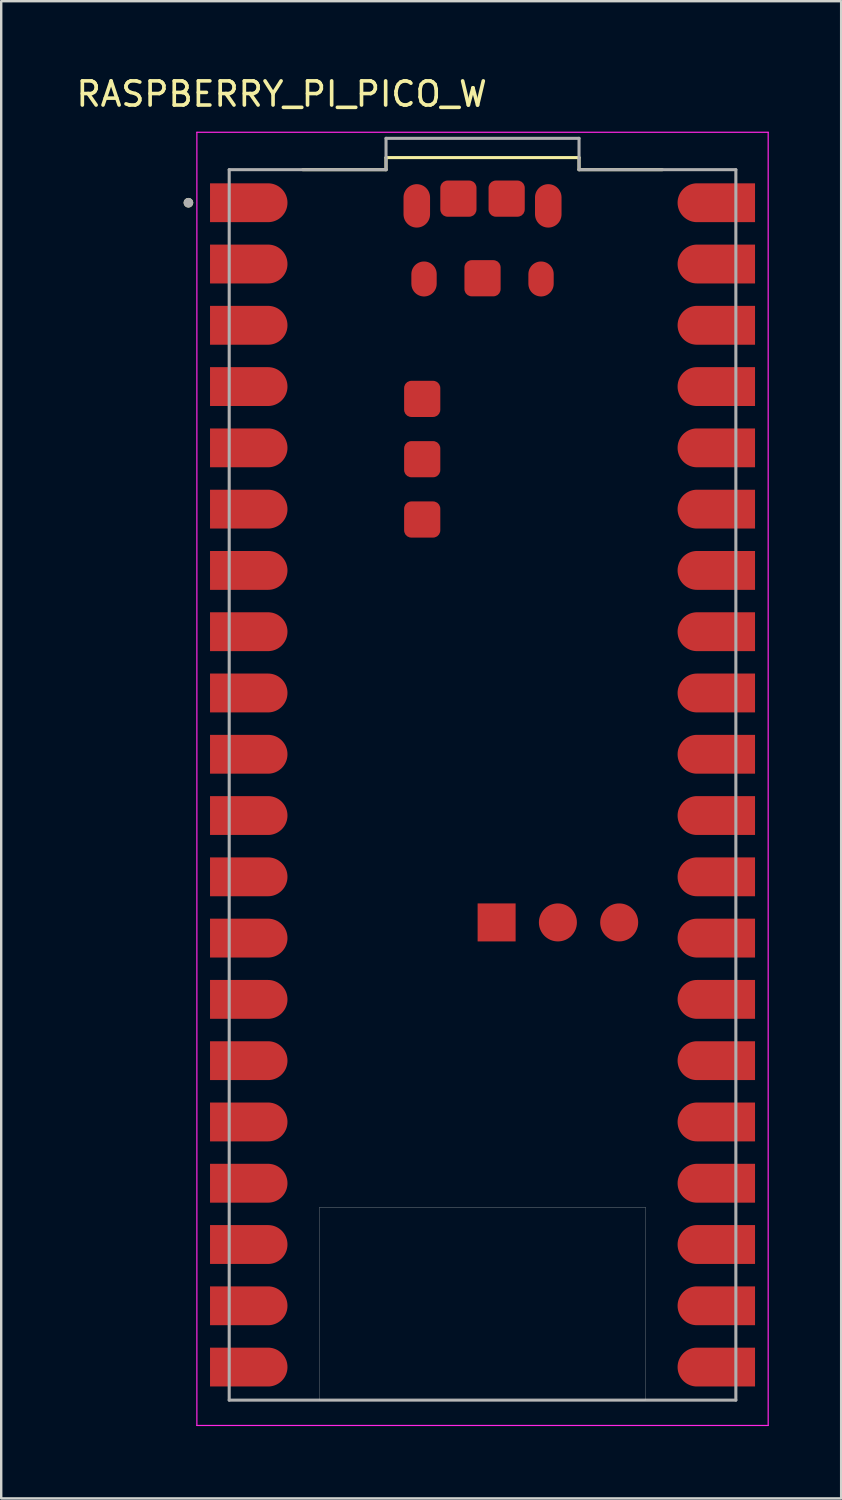
<source format=kicad_pcb>
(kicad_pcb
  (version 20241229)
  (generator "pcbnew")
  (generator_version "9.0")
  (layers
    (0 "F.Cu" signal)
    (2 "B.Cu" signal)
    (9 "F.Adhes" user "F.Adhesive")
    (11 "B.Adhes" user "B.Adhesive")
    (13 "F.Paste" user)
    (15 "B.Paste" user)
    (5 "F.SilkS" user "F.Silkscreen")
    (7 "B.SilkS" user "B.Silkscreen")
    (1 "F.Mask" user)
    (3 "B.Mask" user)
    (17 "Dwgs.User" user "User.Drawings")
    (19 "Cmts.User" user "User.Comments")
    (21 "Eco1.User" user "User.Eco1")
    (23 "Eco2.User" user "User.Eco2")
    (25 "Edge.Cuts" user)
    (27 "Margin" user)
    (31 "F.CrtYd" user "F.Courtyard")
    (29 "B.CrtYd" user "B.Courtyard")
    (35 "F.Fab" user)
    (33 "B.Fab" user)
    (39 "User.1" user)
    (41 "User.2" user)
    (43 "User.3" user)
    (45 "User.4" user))
  (footprint "RASPBERRY_PI_PICO_W"
    (layer "F.Cu")
    (at 16.95 29.483)
    (property "Reference" "RASPBERRY_PI_PICO_W" (at -8.325 -28.635 0) (layer "F.SilkS") (effects (font (size 1 1) (thickness 0.15))))
    (attr smd)
    (fp_poly (pts (xy -11.39 -23.23) (xy -11.39 -25.03) (xy -8.89 -25.03) (xy -8.843 -25.029) (xy -8.796 -25.025) (xy -8.749 -25.019) (xy -8.703 -25.01) (xy -8.657 -24.999) (xy -8.612 -24.986) (xy -8.567 -24.97) (xy -8.524 -24.952) (xy -8.481 -24.932) (xy -8.44 -24.909) (xy -8.4 -24.885) (xy -8.361 -24.858) (xy -8.324 -24.829) (xy -8.288 -24.799) (xy -8.254 -24.766) (xy -8.221 -24.732) (xy -8.191 -24.696) (xy -8.162 -24.659) (xy -8.135 -24.62) (xy -8.111 -24.58) (xy -8.088 -24.539) (xy -8.068 -24.496) (xy -8.05 -24.453) (xy -8.034 -24.408) (xy -8.021 -24.363) (xy -8.01 -24.317) (xy -8.001 -24.271) (xy -7.995 -24.224) (xy -7.991 -24.177) (xy -7.99 -24.13) (xy -7.991 -24.083) (xy -7.995 -24.036) (xy -8.001 -23.989) (xy -8.01 -23.943) (xy -8.021 -23.897) (xy -8.034 -23.852) (xy -8.05 -23.807) (xy -8.068 -23.764) (xy -8.088 -23.721) (xy -8.111 -23.68) (xy -8.135 -23.64) (xy -8.162 -23.601) (xy -8.191 -23.564) (xy -8.221 -23.528) (xy -8.254 -23.494) (xy -8.288 -23.461) (xy -8.324 -23.431) (xy -8.361 -23.402) (xy -8.4 -23.375) (xy -8.44 -23.351) (xy -8.481 -23.328) (xy -8.524 -23.308) (xy -8.567 -23.29) (xy -8.612 -23.274) (xy -8.657 -23.261) (xy -8.703 -23.25) (xy -8.749 -23.241) (xy -8.796 -23.235) (xy -8.843 -23.231) (xy -8.89 -23.23) (xy -11.39 -23.23)) (stroke (width 0.01) (type solid)) (fill yes) (layer "F.Mask"))
    (fp_poly (pts (xy -11.39 -20.69) (xy -11.39 -22.49) (xy -8.89 -22.49) (xy -8.843 -22.489) (xy -8.796 -22.485) (xy -8.749 -22.479) (xy -8.703 -22.47) (xy -8.657 -22.459) (xy -8.612 -22.446) (xy -8.567 -22.43) (xy -8.524 -22.412) (xy -8.481 -22.392) (xy -8.44 -22.369) (xy -8.4 -22.345) (xy -8.361 -22.318) (xy -8.324 -22.289) (xy -8.288 -22.259) (xy -8.254 -22.226) (xy -8.221 -22.192) (xy -8.191 -22.156) (xy -8.162 -22.119) (xy -8.135 -22.08) (xy -8.111 -22.04) (xy -8.088 -21.999) (xy -8.068 -21.956) (xy -8.05 -21.913) (xy -8.034 -21.868) (xy -8.021 -21.823) (xy -8.01 -21.777) (xy -8.001 -21.731) (xy -7.995 -21.684) (xy -7.991 -21.637) (xy -7.99 -21.59) (xy -7.991 -21.543) (xy -7.995 -21.496) (xy -8.001 -21.449) (xy -8.01 -21.403) (xy -8.021 -21.357) (xy -8.034 -21.312) (xy -8.05 -21.267) (xy -8.068 -21.224) (xy -8.088 -21.181) (xy -8.111 -21.14) (xy -8.135 -21.1) (xy -8.162 -21.061) (xy -8.191 -21.024) (xy -8.221 -20.988) (xy -8.254 -20.954) (xy -8.288 -20.921) (xy -8.324 -20.891) (xy -8.361 -20.862) (xy -8.4 -20.835) (xy -8.44 -20.811) (xy -8.481 -20.788) (xy -8.524 -20.768) (xy -8.567 -20.75) (xy -8.612 -20.734) (xy -8.657 -20.721) (xy -8.703 -20.71) (xy -8.749 -20.701) (xy -8.796 -20.695) (xy -8.843 -20.691) (xy -8.89 -20.69) (xy -11.39 -20.69)) (stroke (width 0.01) (type solid)) (fill yes) (layer "F.Mask"))
    (fp_poly (pts (xy -11.39 -15.61) (xy -11.39 -17.41) (xy -8.89 -17.41) (xy -8.843 -17.409) (xy -8.796 -17.405) (xy -8.749 -17.399) (xy -8.703 -17.39) (xy -8.657 -17.379) (xy -8.612 -17.366) (xy -8.567 -17.35) (xy -8.524 -17.332) (xy -8.481 -17.312) (xy -8.44 -17.289) (xy -8.4 -17.265) (xy -8.361 -17.238) (xy -8.324 -17.209) (xy -8.288 -17.179) (xy -8.254 -17.146) (xy -8.221 -17.112) (xy -8.191 -17.076) (xy -8.162 -17.039) (xy -8.135 -17) (xy -8.111 -16.96) (xy -8.088 -16.919) (xy -8.068 -16.876) (xy -8.05 -16.833) (xy -8.034 -16.788) (xy -8.021 -16.743) (xy -8.01 -16.697) (xy -8.001 -16.651) (xy -7.995 -16.604) (xy -7.991 -16.557) (xy -7.99 -16.51) (xy -7.991 -16.463) (xy -7.995 -16.416) (xy -8.001 -16.369) (xy -8.01 -16.323) (xy -8.021 -16.277) (xy -8.034 -16.232) (xy -8.05 -16.187) (xy -8.068 -16.144) (xy -8.088 -16.101) (xy -8.111 -16.06) (xy -8.135 -16.02) (xy -8.162 -15.981) (xy -8.191 -15.944) (xy -8.221 -15.908) (xy -8.254 -15.874) (xy -8.288 -15.841) (xy -8.324 -15.811) (xy -8.361 -15.782) (xy -8.4 -15.755) (xy -8.44 -15.731) (xy -8.481 -15.708) (xy -8.524 -15.688) (xy -8.567 -15.67) (xy -8.612 -15.654) (xy -8.657 -15.641) (xy -8.703 -15.63) (xy -8.749 -15.621) (xy -8.796 -15.615) (xy -8.843 -15.611) (xy -8.89 -15.61) (xy -11.39 -15.61)) (stroke (width 0.01) (type solid)) (fill yes) (layer "F.Mask"))
    (fp_poly (pts (xy -11.39 -13.07) (xy -11.39 -14.87) (xy -8.89 -14.87) (xy -8.843 -14.869) (xy -8.796 -14.865) (xy -8.749 -14.859) (xy -8.703 -14.85) (xy -8.657 -14.839) (xy -8.612 -14.826) (xy -8.567 -14.81) (xy -8.524 -14.792) (xy -8.481 -14.772) (xy -8.44 -14.749) (xy -8.4 -14.725) (xy -8.361 -14.698) (xy -8.324 -14.669) (xy -8.288 -14.639) (xy -8.254 -14.606) (xy -8.221 -14.572) (xy -8.191 -14.536) (xy -8.162 -14.499) (xy -8.135 -14.46) (xy -8.111 -14.42) (xy -8.088 -14.379) (xy -8.068 -14.336) (xy -8.05 -14.293) (xy -8.034 -14.248) (xy -8.021 -14.203) (xy -8.01 -14.157) (xy -8.001 -14.111) (xy -7.995 -14.064) (xy -7.991 -14.017) (xy -7.99 -13.97) (xy -7.991 -13.923) (xy -7.995 -13.876) (xy -8.001 -13.829) (xy -8.01 -13.783) (xy -8.021 -13.737) (xy -8.034 -13.692) (xy -8.05 -13.647) (xy -8.068 -13.604) (xy -8.088 -13.561) (xy -8.111 -13.52) (xy -8.135 -13.48) (xy -8.162 -13.441) (xy -8.191 -13.404) (xy -8.221 -13.368) (xy -8.254 -13.334) (xy -8.288 -13.301) (xy -8.324 -13.271) (xy -8.361 -13.242) (xy -8.4 -13.215) (xy -8.44 -13.191) (xy -8.481 -13.168) (xy -8.524 -13.148) (xy -8.567 -13.13) (xy -8.612 -13.114) (xy -8.657 -13.101) (xy -8.703 -13.09) (xy -8.749 -13.081) (xy -8.796 -13.075) (xy -8.843 -13.071) (xy -8.89 -13.07) (xy -11.39 -13.07)) (stroke (width 0.01) (type solid)) (fill yes) (layer "F.Mask"))
    (fp_poly (pts (xy -11.39 -10.53) (xy -11.39 -12.33) (xy -8.89 -12.33) (xy -8.843 -12.329) (xy -8.796 -12.325) (xy -8.749 -12.319) (xy -8.703 -12.31) (xy -8.657 -12.299) (xy -8.612 -12.286) (xy -8.567 -12.27) (xy -8.524 -12.252) (xy -8.481 -12.232) (xy -8.44 -12.209) (xy -8.4 -12.185) (xy -8.361 -12.158) (xy -8.324 -12.129) (xy -8.288 -12.099) (xy -8.254 -12.066) (xy -8.221 -12.032) (xy -8.191 -11.996) (xy -8.162 -11.959) (xy -8.135 -11.92) (xy -8.111 -11.88) (xy -8.088 -11.839) (xy -8.068 -11.796) (xy -8.05 -11.753) (xy -8.034 -11.708) (xy -8.021 -11.663) (xy -8.01 -11.617) (xy -8.001 -11.571) (xy -7.995 -11.524) (xy -7.991 -11.477) (xy -7.99 -11.43) (xy -7.991 -11.383) (xy -7.995 -11.336) (xy -8.001 -11.289) (xy -8.01 -11.243) (xy -8.021 -11.197) (xy -8.034 -11.152) (xy -8.05 -11.107) (xy -8.068 -11.064) (xy -8.088 -11.021) (xy -8.111 -10.98) (xy -8.135 -10.94) (xy -8.162 -10.901) (xy -8.191 -10.864) (xy -8.221 -10.828) (xy -8.254 -10.794) (xy -8.288 -10.761) (xy -8.324 -10.731) (xy -8.361 -10.702) (xy -8.4 -10.675) (xy -8.44 -10.651) (xy -8.481 -10.628) (xy -8.524 -10.608) (xy -8.567 -10.59) (xy -8.612 -10.574) (xy -8.657 -10.561) (xy -8.703 -10.55) (xy -8.749 -10.541) (xy -8.796 -10.535) (xy -8.843 -10.531) (xy -8.89 -10.53) (xy -11.39 -10.53)) (stroke (width 0.01) (type solid)) (fill yes) (layer "F.Mask"))
    (fp_poly (pts (xy -11.39 -7.99) (xy -11.39 -9.79) (xy -8.89 -9.79) (xy -8.843 -9.789) (xy -8.796 -9.785) (xy -8.749 -9.779) (xy -8.703 -9.77) (xy -8.657 -9.759) (xy -8.612 -9.746) (xy -8.567 -9.73) (xy -8.524 -9.712) (xy -8.481 -9.692) (xy -8.44 -9.669) (xy -8.4 -9.645) (xy -8.361 -9.618) (xy -8.324 -9.589) (xy -8.288 -9.559) (xy -8.254 -9.526) (xy -8.221 -9.492) (xy -8.191 -9.456) (xy -8.162 -9.419) (xy -8.135 -9.38) (xy -8.111 -9.34) (xy -8.088 -9.299) (xy -8.068 -9.256) (xy -8.05 -9.213) (xy -8.034 -9.168) (xy -8.021 -9.123) (xy -8.01 -9.077) (xy -8.001 -9.031) (xy -7.995 -8.984) (xy -7.991 -8.937) (xy -7.99 -8.89) (xy -7.991 -8.843) (xy -7.995 -8.796) (xy -8.001 -8.749) (xy -8.01 -8.703) (xy -8.021 -8.657) (xy -8.034 -8.612) (xy -8.05 -8.567) (xy -8.068 -8.524) (xy -8.088 -8.481) (xy -8.111 -8.44) (xy -8.135 -8.4) (xy -8.162 -8.361) (xy -8.191 -8.324) (xy -8.221 -8.288) (xy -8.254 -8.254) (xy -8.288 -8.221) (xy -8.324 -8.191) (xy -8.361 -8.162) (xy -8.4 -8.135) (xy -8.44 -8.111) (xy -8.481 -8.088) (xy -8.524 -8.068) (xy -8.567 -8.05) (xy -8.612 -8.034) (xy -8.657 -8.021) (xy -8.703 -8.01) (xy -8.749 -8.001) (xy -8.796 -7.995) (xy -8.843 -7.991) (xy -8.89 -7.99) (xy -11.39 -7.99)) (stroke (width 0.01) (type solid)) (fill yes) (layer "F.Mask"))
    (fp_poly (pts (xy -11.39 -2.91) (xy -11.39 -4.71) (xy -8.89 -4.71) (xy -8.843 -4.709) (xy -8.796 -4.705) (xy -8.749 -4.699) (xy -8.703 -4.69) (xy -8.657 -4.679) (xy -8.612 -4.666) (xy -8.567 -4.65) (xy -8.524 -4.632) (xy -8.481 -4.612) (xy -8.44 -4.589) (xy -8.4 -4.565) (xy -8.361 -4.538) (xy -8.324 -4.509) (xy -8.288 -4.479) (xy -8.254 -4.446) (xy -8.221 -4.412) (xy -8.191 -4.376) (xy -8.162 -4.339) (xy -8.135 -4.3) (xy -8.111 -4.26) (xy -8.088 -4.219) (xy -8.068 -4.176) (xy -8.05 -4.133) (xy -8.034 -4.088) (xy -8.021 -4.043) (xy -8.01 -3.997) (xy -8.001 -3.951) (xy -7.995 -3.904) (xy -7.991 -3.857) (xy -7.99 -3.81) (xy -7.991 -3.763) (xy -7.995 -3.716) (xy -8.001 -3.669) (xy -8.01 -3.623) (xy -8.021 -3.577) (xy -8.034 -3.532) (xy -8.05 -3.487) (xy -8.068 -3.444) (xy -8.088 -3.401) (xy -8.111 -3.36) (xy -8.135 -3.32) (xy -8.162 -3.281) (xy -8.191 -3.244) (xy -8.221 -3.208) (xy -8.254 -3.174) (xy -8.288 -3.141) (xy -8.324 -3.111) (xy -8.361 -3.082) (xy -8.4 -3.055) (xy -8.44 -3.031) (xy -8.481 -3.008) (xy -8.524 -2.988) (xy -8.567 -2.97) (xy -8.612 -2.954) (xy -8.657 -2.941) (xy -8.703 -2.93) (xy -8.749 -2.921) (xy -8.796 -2.915) (xy -8.843 -2.911) (xy -8.89 -2.91) (xy -11.39 -2.91)) (stroke (width 0.01) (type solid)) (fill yes) (layer "F.Mask"))
    (fp_poly (pts (xy -11.39 -0.37) (xy -11.39 -2.17) (xy -8.89 -2.17) (xy -8.843 -2.169) (xy -8.796 -2.165) (xy -8.749 -2.159) (xy -8.703 -2.15) (xy -8.657 -2.139) (xy -8.612 -2.126) (xy -8.567 -2.11) (xy -8.524 -2.092) (xy -8.481 -2.072) (xy -8.44 -2.049) (xy -8.4 -2.025) (xy -8.361 -1.998) (xy -8.324 -1.969) (xy -8.288 -1.939) (xy -8.254 -1.906) (xy -8.221 -1.872) (xy -8.191 -1.836) (xy -8.162 -1.799) (xy -8.135 -1.76) (xy -8.111 -1.72) (xy -8.088 -1.679) (xy -8.068 -1.636) (xy -8.05 -1.593) (xy -8.034 -1.548) (xy -8.021 -1.503) (xy -8.01 -1.457) (xy -8.001 -1.411) (xy -7.995 -1.364) (xy -7.991 -1.317) (xy -7.99 -1.27) (xy -7.991 -1.223) (xy -7.995 -1.176) (xy -8.001 -1.129) (xy -8.01 -1.083) (xy -8.021 -1.037) (xy -8.034 -0.992) (xy -8.05 -0.947) (xy -8.068 -0.904) (xy -8.088 -0.861) (xy -8.111 -0.82) (xy -8.135 -0.78) (xy -8.162 -0.741) (xy -8.191 -0.704) (xy -8.221 -0.668) (xy -8.254 -0.634) (xy -8.288 -0.601) (xy -8.324 -0.571) (xy -8.361 -0.542) (xy -8.4 -0.515) (xy -8.44 -0.491) (xy -8.481 -0.468) (xy -8.524 -0.448) (xy -8.567 -0.43) (xy -8.612 -0.414) (xy -8.657 -0.401) (xy -8.703 -0.39) (xy -8.749 -0.381) (xy -8.796 -0.375) (xy -8.843 -0.371) (xy -8.89 -0.37) (xy -11.39 -0.37)) (stroke (width 0.01) (type solid)) (fill yes) (layer "F.Mask"))
    (fp_poly (pts (xy -11.39 2.17) (xy -11.39 0.37) (xy -8.89 0.37) (xy -8.843 0.371) (xy -8.796 0.375) (xy -8.749 0.381) (xy -8.703 0.39) (xy -8.657 0.401) (xy -8.612 0.414) (xy -8.567 0.43) (xy -8.524 0.448) (xy -8.481 0.468) (xy -8.44 0.491) (xy -8.4 0.515) (xy -8.361 0.542) (xy -8.324 0.571) (xy -8.288 0.601) (xy -8.254 0.634) (xy -8.221 0.668) (xy -8.191 0.704) (xy -8.162 0.741) (xy -8.135 0.78) (xy -8.111 0.82) (xy -8.088 0.861) (xy -8.068 0.904) (xy -8.05 0.947) (xy -8.034 0.992) (xy -8.021 1.037) (xy -8.01 1.083) (xy -8.001 1.129) (xy -7.995 1.176) (xy -7.991 1.223) (xy -7.99 1.27) (xy -7.991 1.317) (xy -7.995 1.364) (xy -8.001 1.411) (xy -8.01 1.457) (xy -8.021 1.503) (xy -8.034 1.548) (xy -8.05 1.593) (xy -8.068 1.636) (xy -8.088 1.679) (xy -8.111 1.72) (xy -8.135 1.76) (xy -8.162 1.799) (xy -8.191 1.836) (xy -8.221 1.872) (xy -8.254 1.906) (xy -8.288 1.939) (xy -8.324 1.969) (xy -8.361 1.998) (xy -8.4 2.025) (xy -8.44 2.049) (xy -8.481 2.072) (xy -8.524 2.092) (xy -8.567 2.11) (xy -8.612 2.126) (xy -8.657 2.139) (xy -8.703 2.15) (xy -8.749 2.159) (xy -8.796 2.165) (xy -8.843 2.169) (xy -8.89 2.17) (xy -11.39 2.17)) (stroke (width 0.01) (type solid)) (fill yes) (layer "F.Mask"))
    (fp_poly (pts (xy -11.39 4.71) (xy -11.39 2.91) (xy -8.89 2.91) (xy -8.843 2.911) (xy -8.796 2.915) (xy -8.749 2.921) (xy -8.703 2.93) (xy -8.657 2.941) (xy -8.612 2.954) (xy -8.567 2.97) (xy -8.524 2.988) (xy -8.481 3.008) (xy -8.44 3.031) (xy -8.4 3.055) (xy -8.361 3.082) (xy -8.324 3.111) (xy -8.288 3.141) (xy -8.254 3.174) (xy -8.221 3.208) (xy -8.191 3.244) (xy -8.162 3.281) (xy -8.135 3.32) (xy -8.111 3.36) (xy -8.088 3.401) (xy -8.068 3.444) (xy -8.05 3.487) (xy -8.034 3.532) (xy -8.021 3.577) (xy -8.01 3.623) (xy -8.001 3.669) (xy -7.995 3.716) (xy -7.991 3.763) (xy -7.99 3.81) (xy -7.991 3.857) (xy -7.995 3.904) (xy -8.001 3.951) (xy -8.01 3.997) (xy -8.021 4.043) (xy -8.034 4.088) (xy -8.05 4.133) (xy -8.068 4.176) (xy -8.088 4.219) (xy -8.111 4.26) (xy -8.135 4.3) (xy -8.162 4.339) (xy -8.191 4.376) (xy -8.221 4.412) (xy -8.254 4.446) (xy -8.288 4.479) (xy -8.324 4.509) (xy -8.361 4.538) (xy -8.4 4.565) (xy -8.44 4.589) (xy -8.481 4.612) (xy -8.524 4.632) (xy -8.567 4.65) (xy -8.612 4.666) (xy -8.657 4.679) (xy -8.703 4.69) (xy -8.749 4.699) (xy -8.796 4.705) (xy -8.843 4.709) (xy -8.89 4.71) (xy -11.39 4.71)) (stroke (width 0.01) (type solid)) (fill yes) (layer "F.Mask"))
    (fp_poly (pts (xy -11.39 9.79) (xy -11.39 7.99) (xy -8.89 7.99) (xy -8.843 7.991) (xy -8.796 7.995) (xy -8.749 8.001) (xy -8.703 8.01) (xy -8.657 8.021) (xy -8.612 8.034) (xy -8.567 8.05) (xy -8.524 8.068) (xy -8.481 8.088) (xy -8.44 8.111) (xy -8.4 8.135) (xy -8.361 8.162) (xy -8.324 8.191) (xy -8.288 8.221) (xy -8.254 8.254) (xy -8.221 8.288) (xy -8.191 8.324) (xy -8.162 8.361) (xy -8.135 8.4) (xy -8.111 8.44) (xy -8.088 8.481) (xy -8.068 8.524) (xy -8.05 8.567) (xy -8.034 8.612) (xy -8.021 8.657) (xy -8.01 8.703) (xy -8.001 8.749) (xy -7.995 8.796) (xy -7.991 8.843) (xy -7.99 8.89) (xy -7.991 8.937) (xy -7.995 8.984) (xy -8.001 9.031) (xy -8.01 9.077) (xy -8.021 9.123) (xy -8.034 9.168) (xy -8.05 9.213) (xy -8.068 9.256) (xy -8.088 9.299) (xy -8.111 9.34) (xy -8.135 9.38) (xy -8.162 9.419) (xy -8.191 9.456) (xy -8.221 9.492) (xy -8.254 9.526) (xy -8.288 9.559) (xy -8.324 9.589) (xy -8.361 9.618) (xy -8.4 9.645) (xy -8.44 9.669) (xy -8.481 9.692) (xy -8.524 9.712) (xy -8.567 9.73) (xy -8.612 9.746) (xy -8.657 9.759) (xy -8.703 9.77) (xy -8.749 9.779) (xy -8.796 9.785) (xy -8.843 9.789) (xy -8.89 9.79) (xy -11.39 9.79)) (stroke (width 0.01) (type solid)) (fill yes) (layer "F.Mask"))
    (fp_poly (pts (xy -11.39 12.33) (xy -11.39 10.53) (xy -8.89 10.53) (xy -8.843 10.531) (xy -8.796 10.535) (xy -8.749 10.541) (xy -8.703 10.55) (xy -8.657 10.561) (xy -8.612 10.574) (xy -8.567 10.59) (xy -8.524 10.608) (xy -8.481 10.628) (xy -8.44 10.651) (xy -8.4 10.675) (xy -8.361 10.702) (xy -8.324 10.731) (xy -8.288 10.761) (xy -8.254 10.794) (xy -8.221 10.828) (xy -8.191 10.864) (xy -8.162 10.901) (xy -8.135 10.94) (xy -8.111 10.98) (xy -8.088 11.021) (xy -8.068 11.064) (xy -8.05 11.107) (xy -8.034 11.152) (xy -8.021 11.197) (xy -8.01 11.243) (xy -8.001 11.289) (xy -7.995 11.336) (xy -7.991 11.383) (xy -7.99 11.43) (xy -7.991 11.477) (xy -7.995 11.524) (xy -8.001 11.571) (xy -8.01 11.617) (xy -8.021 11.663) (xy -8.034 11.708) (xy -8.05 11.753) (xy -8.068 11.796) (xy -8.088 11.839) (xy -8.111 11.88) (xy -8.135 11.92) (xy -8.162 11.959) (xy -8.191 11.996) (xy -8.221 12.032) (xy -8.254 12.066) (xy -8.288 12.099) (xy -8.324 12.129) (xy -8.361 12.158) (xy -8.4 12.185) (xy -8.44 12.209) (xy -8.481 12.232) (xy -8.524 12.252) (xy -8.567 12.27) (xy -8.612 12.286) (xy -8.657 12.299) (xy -8.703 12.31) (xy -8.749 12.319) (xy -8.796 12.325) (xy -8.843 12.329) (xy -8.89 12.33) (xy -11.39 12.33)) (stroke (width 0.01) (type solid)) (fill yes) (layer "F.Mask"))
    (fp_poly (pts (xy -11.39 14.87) (xy -11.39 13.07) (xy -8.89 13.07) (xy -8.843 13.071) (xy -8.796 13.075) (xy -8.749 13.081) (xy -8.703 13.09) (xy -8.657 13.101) (xy -8.612 13.114) (xy -8.567 13.13) (xy -8.524 13.148) (xy -8.481 13.168) (xy -8.44 13.191) (xy -8.4 13.215) (xy -8.361 13.242) (xy -8.324 13.271) (xy -8.288 13.301) (xy -8.254 13.334) (xy -8.221 13.368) (xy -8.191 13.404) (xy -8.162 13.441) (xy -8.135 13.48) (xy -8.111 13.52) (xy -8.088 13.561) (xy -8.068 13.604) (xy -8.05 13.647) (xy -8.034 13.692) (xy -8.021 13.737) (xy -8.01 13.783) (xy -8.001 13.829) (xy -7.995 13.876) (xy -7.991 13.923) (xy -7.99 13.97) (xy -7.991 14.017) (xy -7.995 14.064) (xy -8.001 14.111) (xy -8.01 14.157) (xy -8.021 14.203) (xy -8.034 14.248) (xy -8.05 14.293) (xy -8.068 14.336) (xy -8.088 14.379) (xy -8.111 14.42) (xy -8.135 14.46) (xy -8.162 14.499) (xy -8.191 14.536) (xy -8.221 14.572) (xy -8.254 14.606) (xy -8.288 14.639) (xy -8.324 14.669) (xy -8.361 14.698) (xy -8.4 14.725) (xy -8.44 14.749) (xy -8.481 14.772) (xy -8.524 14.792) (xy -8.567 14.81) (xy -8.612 14.826) (xy -8.657 14.839) (xy -8.703 14.85) (xy -8.749 14.859) (xy -8.796 14.865) (xy -8.843 14.869) (xy -8.89 14.87) (xy -11.39 14.87)) (stroke (width 0.01) (type solid)) (fill yes) (layer "F.Mask"))
    (fp_poly (pts (xy -11.39 17.41) (xy -11.39 15.61) (xy -8.89 15.61) (xy -8.843 15.611) (xy -8.796 15.615) (xy -8.749 15.621) (xy -8.703 15.63) (xy -8.657 15.641) (xy -8.612 15.654) (xy -8.567 15.67) (xy -8.524 15.688) (xy -8.481 15.708) (xy -8.44 15.731) (xy -8.4 15.755) (xy -8.361 15.782) (xy -8.324 15.811) (xy -8.288 15.841) (xy -8.254 15.874) (xy -8.221 15.908) (xy -8.191 15.944) (xy -8.162 15.981) (xy -8.135 16.02) (xy -8.111 16.06) (xy -8.088 16.101) (xy -8.068 16.144) (xy -8.05 16.187) (xy -8.034 16.232) (xy -8.021 16.277) (xy -8.01 16.323) (xy -8.001 16.369) (xy -7.995 16.416) (xy -7.991 16.463) (xy -7.99 16.51) (xy -7.991 16.557) (xy -7.995 16.604) (xy -8.001 16.651) (xy -8.01 16.697) (xy -8.021 16.743) (xy -8.034 16.788) (xy -8.05 16.833) (xy -8.068 16.876) (xy -8.088 16.919) (xy -8.111 16.96) (xy -8.135 17) (xy -8.162 17.039) (xy -8.191 17.076) (xy -8.221 17.112) (xy -8.254 17.146) (xy -8.288 17.179) (xy -8.324 17.209) (xy -8.361 17.238) (xy -8.4 17.265) (xy -8.44 17.289) (xy -8.481 17.312) (xy -8.524 17.332) (xy -8.567 17.35) (xy -8.612 17.366) (xy -8.657 17.379) (xy -8.703 17.39) (xy -8.749 17.399) (xy -8.796 17.405) (xy -8.843 17.409) (xy -8.89 17.41) (xy -11.39 17.41)) (stroke (width 0.01) (type solid)) (fill yes) (layer "F.Mask"))
    (fp_poly (pts (xy -11.39 22.49) (xy -11.39 20.69) (xy -8.89 20.69) (xy -8.843 20.691) (xy -8.796 20.695) (xy -8.749 20.701) (xy -8.703 20.71) (xy -8.657 20.721) (xy -8.612 20.734) (xy -8.567 20.75) (xy -8.524 20.768) (xy -8.481 20.788) (xy -8.44 20.811) (xy -8.4 20.835) (xy -8.361 20.862) (xy -8.324 20.891) (xy -8.288 20.921) (xy -8.254 20.954) (xy -8.221 20.988) (xy -8.191 21.024) (xy -8.162 21.061) (xy -8.135 21.1) (xy -8.111 21.14) (xy -8.088 21.181) (xy -8.068 21.224) (xy -8.05 21.267) (xy -8.034 21.312) (xy -8.021 21.357) (xy -8.01 21.403) (xy -8.001 21.449) (xy -7.995 21.496) (xy -7.991 21.543) (xy -7.99 21.59) (xy -7.991 21.637) (xy -7.995 21.684) (xy -8.001 21.731) (xy -8.01 21.777) (xy -8.021 21.823) (xy -8.034 21.868) (xy -8.05 21.913) (xy -8.068 21.956) (xy -8.088 21.999) (xy -8.111 22.04) (xy -8.135 22.08) (xy -8.162 22.119) (xy -8.191 22.156) (xy -8.221 22.192) (xy -8.254 22.226) (xy -8.288 22.259) (xy -8.324 22.289) (xy -8.361 22.318) (xy -8.4 22.345) (xy -8.44 22.369) (xy -8.481 22.392) (xy -8.524 22.412) (xy -8.567 22.43) (xy -8.612 22.446) (xy -8.657 22.459) (xy -8.703 22.47) (xy -8.749 22.479) (xy -8.796 22.485) (xy -8.843 22.489) (xy -8.89 22.49) (xy -11.39 22.49)) (stroke (width 0.01) (type solid)) (fill yes) (layer "F.Mask"))
    (fp_poly (pts (xy -11.39 25.03) (xy -11.39 23.23) (xy -8.89 23.23) (xy -8.843 23.231) (xy -8.796 23.235) (xy -8.749 23.241) (xy -8.703 23.25) (xy -8.657 23.261) (xy -8.612 23.274) (xy -8.567 23.29) (xy -8.524 23.308) (xy -8.481 23.328) (xy -8.44 23.351) (xy -8.4 23.375) (xy -8.361 23.402) (xy -8.324 23.431) (xy -8.288 23.461) (xy -8.254 23.494) (xy -8.221 23.528) (xy -8.191 23.564) (xy -8.162 23.601) (xy -8.135 23.64) (xy -8.111 23.68) (xy -8.088 23.721) (xy -8.068 23.764) (xy -8.05 23.807) (xy -8.034 23.852) (xy -8.021 23.897) (xy -8.01 23.943) (xy -8.001 23.989) (xy -7.995 24.036) (xy -7.991 24.083) (xy -7.99 24.13) (xy -7.991 24.177) (xy -7.995 24.224) (xy -8.001 24.271) (xy -8.01 24.317) (xy -8.021 24.363) (xy -8.034 24.408) (xy -8.05 24.453) (xy -8.068 24.496) (xy -8.088 24.539) (xy -8.111 24.58) (xy -8.135 24.62) (xy -8.162 24.659) (xy -8.191 24.696) (xy -8.221 24.732) (xy -8.254 24.766) (xy -8.288 24.799) (xy -8.324 24.829) (xy -8.361 24.858) (xy -8.4 24.885) (xy -8.44 24.909) (xy -8.481 24.932) (xy -8.524 24.952) (xy -8.567 24.97) (xy -8.612 24.986) (xy -8.657 24.999) (xy -8.703 25.01) (xy -8.749 25.019) (xy -8.796 25.025) (xy -8.843 25.029) (xy -8.89 25.03) (xy -11.39 25.03)) (stroke (width 0.01) (type solid)) (fill yes) (layer "F.Mask"))
    (fp_poly (pts (xy 11.39 -23.23) (xy 11.39 -25.03) (xy 8.89 -25.03) (xy 8.843 -25.029) (xy 8.796 -25.025) (xy 8.749 -25.019) (xy 8.703 -25.01) (xy 8.657 -24.999) (xy 8.612 -24.986) (xy 8.567 -24.97) (xy 8.524 -24.952) (xy 8.481 -24.932) (xy 8.44 -24.909) (xy 8.4 -24.885) (xy 8.361 -24.858) (xy 8.324 -24.829) (xy 8.288 -24.799) (xy 8.254 -24.766) (xy 8.221 -24.732) (xy 8.191 -24.696) (xy 8.162 -24.659) (xy 8.135 -24.62) (xy 8.111 -24.58) (xy 8.088 -24.539) (xy 8.068 -24.496) (xy 8.05 -24.453) (xy 8.034 -24.408) (xy 8.021 -24.363) (xy 8.01 -24.317) (xy 8.001 -24.271) (xy 7.995 -24.224) (xy 7.991 -24.177) (xy 7.99 -24.13) (xy 7.991 -24.083) (xy 7.995 -24.036) (xy 8.001 -23.989) (xy 8.01 -23.943) (xy 8.021 -23.897) (xy 8.034 -23.852) (xy 8.05 -23.807) (xy 8.068 -23.764) (xy 8.088 -23.721) (xy 8.111 -23.68) (xy 8.135 -23.64) (xy 8.162 -23.601) (xy 8.191 -23.564) (xy 8.221 -23.528) (xy 8.254 -23.494) (xy 8.288 -23.461) (xy 8.324 -23.431) (xy 8.361 -23.402) (xy 8.4 -23.375) (xy 8.44 -23.351) (xy 8.481 -23.328) (xy 8.524 -23.308) (xy 8.567 -23.29) (xy 8.612 -23.274) (xy 8.657 -23.261) (xy 8.703 -23.25) (xy 8.749 -23.241) (xy 8.796 -23.235) (xy 8.843 -23.231) (xy 8.89 -23.23) (xy 11.39 -23.23)) (stroke (width 0.01) (type solid)) (fill yes) (layer "F.Mask"))
    (fp_poly (pts (xy 11.39 -20.69) (xy 11.39 -22.49) (xy 8.89 -22.49) (xy 8.843 -22.489) (xy 8.796 -22.485) (xy 8.749 -22.479) (xy 8.703 -22.47) (xy 8.657 -22.459) (xy 8.612 -22.446) (xy 8.567 -22.43) (xy 8.524 -22.412) (xy 8.481 -22.392) (xy 8.44 -22.369) (xy 8.4 -22.345) (xy 8.361 -22.318) (xy 8.324 -22.289) (xy 8.288 -22.259) (xy 8.254 -22.226) (xy 8.221 -22.192) (xy 8.191 -22.156) (xy 8.162 -22.119) (xy 8.135 -22.08) (xy 8.111 -22.04) (xy 8.088 -21.999) (xy 8.068 -21.956) (xy 8.05 -21.913) (xy 8.034 -21.868) (xy 8.021 -21.823) (xy 8.01 -21.777) (xy 8.001 -21.731) (xy 7.995 -21.684) (xy 7.991 -21.637) (xy 7.99 -21.59) (xy 7.991 -21.543) (xy 7.995 -21.496) (xy 8.001 -21.449) (xy 8.01 -21.403) (xy 8.021 -21.357) (xy 8.034 -21.312) (xy 8.05 -21.267) (xy 8.068 -21.224) (xy 8.088 -21.181) (xy 8.111 -21.14) (xy 8.135 -21.1) (xy 8.162 -21.061) (xy 8.191 -21.024) (xy 8.221 -20.988) (xy 8.254 -20.954) (xy 8.288 -20.921) (xy 8.324 -20.891) (xy 8.361 -20.862) (xy 8.4 -20.835) (xy 8.44 -20.811) (xy 8.481 -20.788) (xy 8.524 -20.768) (xy 8.567 -20.75) (xy 8.612 -20.734) (xy 8.657 -20.721) (xy 8.703 -20.71) (xy 8.749 -20.701) (xy 8.796 -20.695) (xy 8.843 -20.691) (xy 8.89 -20.69) (xy 11.39 -20.69)) (stroke (width 0.01) (type solid)) (fill yes) (layer "F.Mask"))
    (fp_poly (pts (xy 11.39 -15.61) (xy 11.39 -17.41) (xy 8.89 -17.41) (xy 8.843 -17.409) (xy 8.796 -17.405) (xy 8.749 -17.399) (xy 8.703 -17.39) (xy 8.657 -17.379) (xy 8.612 -17.366) (xy 8.567 -17.35) (xy 8.524 -17.332) (xy 8.481 -17.312) (xy 8.44 -17.289) (xy 8.4 -17.265) (xy 8.361 -17.238) (xy 8.324 -17.209) (xy 8.288 -17.179) (xy 8.254 -17.146) (xy 8.221 -17.112) (xy 8.191 -17.076) (xy 8.162 -17.039) (xy 8.135 -17) (xy 8.111 -16.96) (xy 8.088 -16.919) (xy 8.068 -16.876) (xy 8.05 -16.833) (xy 8.034 -16.788) (xy 8.021 -16.743) (xy 8.01 -16.697) (xy 8.001 -16.651) (xy 7.995 -16.604) (xy 7.991 -16.557) (xy 7.99 -16.51) (xy 7.991 -16.463) (xy 7.995 -16.416) (xy 8.001 -16.369) (xy 8.01 -16.323) (xy 8.021 -16.277) (xy 8.034 -16.232) (xy 8.05 -16.187) (xy 8.068 -16.144) (xy 8.088 -16.101) (xy 8.111 -16.06) (xy 8.135 -16.02) (xy 8.162 -15.981) (xy 8.191 -15.944) (xy 8.221 -15.908) (xy 8.254 -15.874) (xy 8.288 -15.841) (xy 8.324 -15.811) (xy 8.361 -15.782) (xy 8.4 -15.755) (xy 8.44 -15.731) (xy 8.481 -15.708) (xy 8.524 -15.688) (xy 8.567 -15.67) (xy 8.612 -15.654) (xy 8.657 -15.641) (xy 8.703 -15.63) (xy 8.749 -15.621) (xy 8.796 -15.615) (xy 8.843 -15.611) (xy 8.89 -15.61) (xy 11.39 -15.61)) (stroke (width 0.01) (type solid)) (fill yes) (layer "F.Mask"))
    (fp_poly (pts (xy 11.39 -13.07) (xy 11.39 -14.87) (xy 8.89 -14.87) (xy 8.843 -14.869) (xy 8.796 -14.865) (xy 8.749 -14.859) (xy 8.703 -14.85) (xy 8.657 -14.839) (xy 8.612 -14.826) (xy 8.567 -14.81) (xy 8.524 -14.792) (xy 8.481 -14.772) (xy 8.44 -14.749) (xy 8.4 -14.725) (xy 8.361 -14.698) (xy 8.324 -14.669) (xy 8.288 -14.639) (xy 8.254 -14.606) (xy 8.221 -14.572) (xy 8.191 -14.536) (xy 8.162 -14.499) (xy 8.135 -14.46) (xy 8.111 -14.42) (xy 8.088 -14.379) (xy 8.068 -14.336) (xy 8.05 -14.293) (xy 8.034 -14.248) (xy 8.021 -14.203) (xy 8.01 -14.157) (xy 8.001 -14.111) (xy 7.995 -14.064) (xy 7.991 -14.017) (xy 7.99 -13.97) (xy 7.991 -13.923) (xy 7.995 -13.876) (xy 8.001 -13.829) (xy 8.01 -13.783) (xy 8.021 -13.737) (xy 8.034 -13.692) (xy 8.05 -13.647) (xy 8.068 -13.604) (xy 8.088 -13.561) (xy 8.111 -13.52) (xy 8.135 -13.48) (xy 8.162 -13.441) (xy 8.191 -13.404) (xy 8.221 -13.368) (xy 8.254 -13.334) (xy 8.288 -13.301) (xy 8.324 -13.271) (xy 8.361 -13.242) (xy 8.4 -13.215) (xy 8.44 -13.191) (xy 8.481 -13.168) (xy 8.524 -13.148) (xy 8.567 -13.13) (xy 8.612 -13.114) (xy 8.657 -13.101) (xy 8.703 -13.09) (xy 8.749 -13.081) (xy 8.796 -13.075) (xy 8.843 -13.071) (xy 8.89 -13.07) (xy 11.39 -13.07)) (stroke (width 0.01) (type solid)) (fill yes) (layer "F.Mask"))
    (fp_poly (pts (xy 11.39 -10.53) (xy 11.39 -12.33) (xy 8.89 -12.33) (xy 8.843 -12.329) (xy 8.796 -12.325) (xy 8.749 -12.319) (xy 8.703 -12.31) (xy 8.657 -12.299) (xy 8.612 -12.286) (xy 8.567 -12.27) (xy 8.524 -12.252) (xy 8.481 -12.232) (xy 8.44 -12.209) (xy 8.4 -12.185) (xy 8.361 -12.158) (xy 8.324 -12.129) (xy 8.288 -12.099) (xy 8.254 -12.066) (xy 8.221 -12.032) (xy 8.191 -11.996) (xy 8.162 -11.959) (xy 8.135 -11.92) (xy 8.111 -11.88) (xy 8.088 -11.839) (xy 8.068 -11.796) (xy 8.05 -11.753) (xy 8.034 -11.708) (xy 8.021 -11.663) (xy 8.01 -11.617) (xy 8.001 -11.571) (xy 7.995 -11.524) (xy 7.991 -11.477) (xy 7.99 -11.43) (xy 7.991 -11.383) (xy 7.995 -11.336) (xy 8.001 -11.289) (xy 8.01 -11.243) (xy 8.021 -11.197) (xy 8.034 -11.152) (xy 8.05 -11.107) (xy 8.068 -11.064) (xy 8.088 -11.021) (xy 8.111 -10.98) (xy 8.135 -10.94) (xy 8.162 -10.901) (xy 8.191 -10.864) (xy 8.221 -10.828) (xy 8.254 -10.794) (xy 8.288 -10.761) (xy 8.324 -10.731) (xy 8.361 -10.702) (xy 8.4 -10.675) (xy 8.44 -10.651) (xy 8.481 -10.628) (xy 8.524 -10.608) (xy 8.567 -10.59) (xy 8.612 -10.574) (xy 8.657 -10.561) (xy 8.703 -10.55) (xy 8.749 -10.541) (xy 8.796 -10.535) (xy 8.843 -10.531) (xy 8.89 -10.53) (xy 11.39 -10.53)) (stroke (width 0.01) (type solid)) (fill yes) (layer "F.Mask"))
    (fp_poly (pts (xy 11.39 -7.99) (xy 11.39 -9.79) (xy 8.89 -9.79) (xy 8.843 -9.789) (xy 8.796 -9.785) (xy 8.749 -9.779) (xy 8.703 -9.77) (xy 8.657 -9.759) (xy 8.612 -9.746) (xy 8.567 -9.73) (xy 8.524 -9.712) (xy 8.481 -9.692) (xy 8.44 -9.669) (xy 8.4 -9.645) (xy 8.361 -9.618) (xy 8.324 -9.589) (xy 8.288 -9.559) (xy 8.254 -9.526) (xy 8.221 -9.492) (xy 8.191 -9.456) (xy 8.162 -9.419) (xy 8.135 -9.38) (xy 8.111 -9.34) (xy 8.088 -9.299) (xy 8.068 -9.256) (xy 8.05 -9.213) (xy 8.034 -9.168) (xy 8.021 -9.123) (xy 8.01 -9.077) (xy 8.001 -9.031) (xy 7.995 -8.984) (xy 7.991 -8.937) (xy 7.99 -8.89) (xy 7.991 -8.843) (xy 7.995 -8.796) (xy 8.001 -8.749) (xy 8.01 -8.703) (xy 8.021 -8.657) (xy 8.034 -8.612) (xy 8.05 -8.567) (xy 8.068 -8.524) (xy 8.088 -8.481) (xy 8.111 -8.44) (xy 8.135 -8.4) (xy 8.162 -8.361) (xy 8.191 -8.324) (xy 8.221 -8.288) (xy 8.254 -8.254) (xy 8.288 -8.221) (xy 8.324 -8.191) (xy 8.361 -8.162) (xy 8.4 -8.135) (xy 8.44 -8.111) (xy 8.481 -8.088) (xy 8.524 -8.068) (xy 8.567 -8.05) (xy 8.612 -8.034) (xy 8.657 -8.021) (xy 8.703 -8.01) (xy 8.749 -8.001) (xy 8.796 -7.995) (xy 8.843 -7.991) (xy 8.89 -7.99) (xy 11.39 -7.99)) (stroke (width 0.01) (type solid)) (fill yes) (layer "F.Mask"))
    (fp_poly (pts (xy 11.39 -2.91) (xy 11.39 -4.71) (xy 8.89 -4.71) (xy 8.843 -4.709) (xy 8.796 -4.705) (xy 8.749 -4.699) (xy 8.703 -4.69) (xy 8.657 -4.679) (xy 8.612 -4.666) (xy 8.567 -4.65) (xy 8.524 -4.632) (xy 8.481 -4.612) (xy 8.44 -4.589) (xy 8.4 -4.565) (xy 8.361 -4.538) (xy 8.324 -4.509) (xy 8.288 -4.479) (xy 8.254 -4.446) (xy 8.221 -4.412) (xy 8.191 -4.376) (xy 8.162 -4.339) (xy 8.135 -4.3) (xy 8.111 -4.26) (xy 8.088 -4.219) (xy 8.068 -4.176) (xy 8.05 -4.133) (xy 8.034 -4.088) (xy 8.021 -4.043) (xy 8.01 -3.997) (xy 8.001 -3.951) (xy 7.995 -3.904) (xy 7.991 -3.857) (xy 7.99 -3.81) (xy 7.991 -3.763) (xy 7.995 -3.716) (xy 8.001 -3.669) (xy 8.01 -3.623) (xy 8.021 -3.577) (xy 8.034 -3.532) (xy 8.05 -3.487) (xy 8.068 -3.444) (xy 8.088 -3.401) (xy 8.111 -3.36) (xy 8.135 -3.32) (xy 8.162 -3.281) (xy 8.191 -3.244) (xy 8.221 -3.208) (xy 8.254 -3.174) (xy 8.288 -3.141) (xy 8.324 -3.111) (xy 8.361 -3.082) (xy 8.4 -3.055) (xy 8.44 -3.031) (xy 8.481 -3.008) (xy 8.524 -2.988) (xy 8.567 -2.97) (xy 8.612 -2.954) (xy 8.657 -2.941) (xy 8.703 -2.93) (xy 8.749 -2.921) (xy 8.796 -2.915) (xy 8.843 -2.911) (xy 8.89 -2.91) (xy 11.39 -2.91)) (stroke (width 0.01) (type solid)) (fill yes) (layer "F.Mask"))
    (fp_poly (pts (xy 11.39 -0.37) (xy 11.39 -2.17) (xy 8.89 -2.17) (xy 8.843 -2.169) (xy 8.796 -2.165) (xy 8.749 -2.159) (xy 8.703 -2.15) (xy 8.657 -2.139) (xy 8.612 -2.126) (xy 8.567 -2.11) (xy 8.524 -2.092) (xy 8.481 -2.072) (xy 8.44 -2.049) (xy 8.4 -2.025) (xy 8.361 -1.998) (xy 8.324 -1.969) (xy 8.288 -1.939) (xy 8.254 -1.906) (xy 8.221 -1.872) (xy 8.191 -1.836) (xy 8.162 -1.799) (xy 8.135 -1.76) (xy 8.111 -1.72) (xy 8.088 -1.679) (xy 8.068 -1.636) (xy 8.05 -1.593) (xy 8.034 -1.548) (xy 8.021 -1.503) (xy 8.01 -1.457) (xy 8.001 -1.411) (xy 7.995 -1.364) (xy 7.991 -1.317) (xy 7.99 -1.27) (xy 7.991 -1.223) (xy 7.995 -1.176) (xy 8.001 -1.129) (xy 8.01 -1.083) (xy 8.021 -1.037) (xy 8.034 -0.992) (xy 8.05 -0.947) (xy 8.068 -0.904) (xy 8.088 -0.861) (xy 8.111 -0.82) (xy 8.135 -0.78) (xy 8.162 -0.741) (xy 8.191 -0.704) (xy 8.221 -0.668) (xy 8.254 -0.634) (xy 8.288 -0.601) (xy 8.324 -0.571) (xy 8.361 -0.542) (xy 8.4 -0.515) (xy 8.44 -0.491) (xy 8.481 -0.468) (xy 8.524 -0.448) (xy 8.567 -0.43) (xy 8.612 -0.414) (xy 8.657 -0.401) (xy 8.703 -0.39) (xy 8.749 -0.381) (xy 8.796 -0.375) (xy 8.843 -0.371) (xy 8.89 -0.37) (xy 11.39 -0.37)) (stroke (width 0.01) (type solid)) (fill yes) (layer "F.Mask"))
    (fp_poly (pts (xy 11.39 2.17) (xy 11.39 0.37) (xy 8.89 0.37) (xy 8.843 0.371) (xy 8.796 0.375) (xy 8.749 0.381) (xy 8.703 0.39) (xy 8.657 0.401) (xy 8.612 0.414) (xy 8.567 0.43) (xy 8.524 0.448) (xy 8.481 0.468) (xy 8.44 0.491) (xy 8.4 0.515) (xy 8.361 0.542) (xy 8.324 0.571) (xy 8.288 0.601) (xy 8.254 0.634) (xy 8.221 0.668) (xy 8.191 0.704) (xy 8.162 0.741) (xy 8.135 0.78) (xy 8.111 0.82) (xy 8.088 0.861) (xy 8.068 0.904) (xy 8.05 0.947) (xy 8.034 0.992) (xy 8.021 1.037) (xy 8.01 1.083) (xy 8.001 1.129) (xy 7.995 1.176) (xy 7.991 1.223) (xy 7.99 1.27) (xy 7.991 1.317) (xy 7.995 1.364) (xy 8.001 1.411) (xy 8.01 1.457) (xy 8.021 1.503) (xy 8.034 1.548) (xy 8.05 1.593) (xy 8.068 1.636) (xy 8.088 1.679) (xy 8.111 1.72) (xy 8.135 1.76) (xy 8.162 1.799) (xy 8.191 1.836) (xy 8.221 1.872) (xy 8.254 1.906) (xy 8.288 1.939) (xy 8.324 1.969) (xy 8.361 1.998) (xy 8.4 2.025) (xy 8.44 2.049) (xy 8.481 2.072) (xy 8.524 2.092) (xy 8.567 2.11) (xy 8.612 2.126) (xy 8.657 2.139) (xy 8.703 2.15) (xy 8.749 2.159) (xy 8.796 2.165) (xy 8.843 2.169) (xy 8.89 2.17) (xy 11.39 2.17)) (stroke (width 0.01) (type solid)) (fill yes) (layer "F.Mask"))
    (fp_poly (pts (xy 11.39 4.71) (xy 11.39 2.91) (xy 8.89 2.91) (xy 8.843 2.911) (xy 8.796 2.915) (xy 8.749 2.921) (xy 8.703 2.93) (xy 8.657 2.941) (xy 8.612 2.954) (xy 8.567 2.97) (xy 8.524 2.988) (xy 8.481 3.008) (xy 8.44 3.031) (xy 8.4 3.055) (xy 8.361 3.082) (xy 8.324 3.111) (xy 8.288 3.141) (xy 8.254 3.174) (xy 8.221 3.208) (xy 8.191 3.244) (xy 8.162 3.281) (xy 8.135 3.32) (xy 8.111 3.36) (xy 8.088 3.401) (xy 8.068 3.444) (xy 8.05 3.487) (xy 8.034 3.532) (xy 8.021 3.577) (xy 8.01 3.623) (xy 8.001 3.669) (xy 7.995 3.716) (xy 7.991 3.763) (xy 7.99 3.81) (xy 7.991 3.857) (xy 7.995 3.904) (xy 8.001 3.951) (xy 8.01 3.997) (xy 8.021 4.043) (xy 8.034 4.088) (xy 8.05 4.133) (xy 8.068 4.176) (xy 8.088 4.219) (xy 8.111 4.26) (xy 8.135 4.3) (xy 8.162 4.339) (xy 8.191 4.376) (xy 8.221 4.412) (xy 8.254 4.446) (xy 8.288 4.479) (xy 8.324 4.509) (xy 8.361 4.538) (xy 8.4 4.565) (xy 8.44 4.589) (xy 8.481 4.612) (xy 8.524 4.632) (xy 8.567 4.65) (xy 8.612 4.666) (xy 8.657 4.679) (xy 8.703 4.69) (xy 8.749 4.699) (xy 8.796 4.705) (xy 8.843 4.709) (xy 8.89 4.71) (xy 11.39 4.71)) (stroke (width 0.01) (type solid)) (fill yes) (layer "F.Mask"))
    (fp_poly (pts (xy 11.39 9.79) (xy 11.39 7.99) (xy 8.89 7.99) (xy 8.843 7.991) (xy 8.796 7.995) (xy 8.749 8.001) (xy 8.703 8.01) (xy 8.657 8.021) (xy 8.612 8.034) (xy 8.567 8.05) (xy 8.524 8.068) (xy 8.481 8.088) (xy 8.44 8.111) (xy 8.4 8.135) (xy 8.361 8.162) (xy 8.324 8.191) (xy 8.288 8.221) (xy 8.254 8.254) (xy 8.221 8.288) (xy 8.191 8.324) (xy 8.162 8.361) (xy 8.135 8.4) (xy 8.111 8.44) (xy 8.088 8.481) (xy 8.068 8.524) (xy 8.05 8.567) (xy 8.034 8.612) (xy 8.021 8.657) (xy 8.01 8.703) (xy 8.001 8.749) (xy 7.995 8.796) (xy 7.991 8.843) (xy 7.99 8.89) (xy 7.991 8.937) (xy 7.995 8.984) (xy 8.001 9.031) (xy 8.01 9.077) (xy 8.021 9.123) (xy 8.034 9.168) (xy 8.05 9.213) (xy 8.068 9.256) (xy 8.088 9.299) (xy 8.111 9.34) (xy 8.135 9.38) (xy 8.162 9.419) (xy 8.191 9.456) (xy 8.221 9.492) (xy 8.254 9.526) (xy 8.288 9.559) (xy 8.324 9.589) (xy 8.361 9.618) (xy 8.4 9.645) (xy 8.44 9.669) (xy 8.481 9.692) (xy 8.524 9.712) (xy 8.567 9.73) (xy 8.612 9.746) (xy 8.657 9.759) (xy 8.703 9.77) (xy 8.749 9.779) (xy 8.796 9.785) (xy 8.843 9.789) (xy 8.89 9.79) (xy 11.39 9.79)) (stroke (width 0.01) (type solid)) (fill yes) (layer "F.Mask"))
    (fp_poly (pts (xy 11.39 12.33) (xy 11.39 10.53) (xy 8.89 10.53) (xy 8.843 10.531) (xy 8.796 10.535) (xy 8.749 10.541) (xy 8.703 10.55) (xy 8.657 10.561) (xy 8.612 10.574) (xy 8.567 10.59) (xy 8.524 10.608) (xy 8.481 10.628) (xy 8.44 10.651) (xy 8.4 10.675) (xy 8.361 10.702) (xy 8.324 10.731) (xy 8.288 10.761) (xy 8.254 10.794) (xy 8.221 10.828) (xy 8.191 10.864) (xy 8.162 10.901) (xy 8.135 10.94) (xy 8.111 10.98) (xy 8.088 11.021) (xy 8.068 11.064) (xy 8.05 11.107) (xy 8.034 11.152) (xy 8.021 11.197) (xy 8.01 11.243) (xy 8.001 11.289) (xy 7.995 11.336) (xy 7.991 11.383) (xy 7.99 11.43) (xy 7.991 11.477) (xy 7.995 11.524) (xy 8.001 11.571) (xy 8.01 11.617) (xy 8.021 11.663) (xy 8.034 11.708) (xy 8.05 11.753) (xy 8.068 11.796) (xy 8.088 11.839) (xy 8.111 11.88) (xy 8.135 11.92) (xy 8.162 11.959) (xy 8.191 11.996) (xy 8.221 12.032) (xy 8.254 12.066) (xy 8.288 12.099) (xy 8.324 12.129) (xy 8.361 12.158) (xy 8.4 12.185) (xy 8.44 12.209) (xy 8.481 12.232) (xy 8.524 12.252) (xy 8.567 12.27) (xy 8.612 12.286) (xy 8.657 12.299) (xy 8.703 12.31) (xy 8.749 12.319) (xy 8.796 12.325) (xy 8.843 12.329) (xy 8.89 12.33) (xy 11.39 12.33)) (stroke (width 0.01) (type solid)) (fill yes) (layer "F.Mask"))
    (fp_poly (pts (xy 11.39 14.87) (xy 11.39 13.07) (xy 8.89 13.07) (xy 8.843 13.071) (xy 8.796 13.075) (xy 8.749 13.081) (xy 8.703 13.09) (xy 8.657 13.101) (xy 8.612 13.114) (xy 8.567 13.13) (xy 8.524 13.148) (xy 8.481 13.168) (xy 8.44 13.191) (xy 8.4 13.215) (xy 8.361 13.242) (xy 8.324 13.271) (xy 8.288 13.301) (xy 8.254 13.334) (xy 8.221 13.368) (xy 8.191 13.404) (xy 8.162 13.441) (xy 8.135 13.48) (xy 8.111 13.52) (xy 8.088 13.561) (xy 8.068 13.604) (xy 8.05 13.647) (xy 8.034 13.692) (xy 8.021 13.737) (xy 8.01 13.783) (xy 8.001 13.829) (xy 7.995 13.876) (xy 7.991 13.923) (xy 7.99 13.97) (xy 7.991 14.017) (xy 7.995 14.064) (xy 8.001 14.111) (xy 8.01 14.157) (xy 8.021 14.203) (xy 8.034 14.248) (xy 8.05 14.293) (xy 8.068 14.336) (xy 8.088 14.379) (xy 8.111 14.42) (xy 8.135 14.46) (xy 8.162 14.499) (xy 8.191 14.536) (xy 8.221 14.572) (xy 8.254 14.606) (xy 8.288 14.639) (xy 8.324 14.669) (xy 8.361 14.698) (xy 8.4 14.725) (xy 8.44 14.749) (xy 8.481 14.772) (xy 8.524 14.792) (xy 8.567 14.81) (xy 8.612 14.826) (xy 8.657 14.839) (xy 8.703 14.85) (xy 8.749 14.859) (xy 8.796 14.865) (xy 8.843 14.869) (xy 8.89 14.87) (xy 11.39 14.87)) (stroke (width 0.01) (type solid)) (fill yes) (layer "F.Mask"))
    (fp_poly (pts (xy 11.39 17.41) (xy 11.39 15.61) (xy 8.89 15.61) (xy 8.843 15.611) (xy 8.796 15.615) (xy 8.749 15.621) (xy 8.703 15.63) (xy 8.657 15.641) (xy 8.612 15.654) (xy 8.567 15.67) (xy 8.524 15.688) (xy 8.481 15.708) (xy 8.44 15.731) (xy 8.4 15.755) (xy 8.361 15.782) (xy 8.324 15.811) (xy 8.288 15.841) (xy 8.254 15.874) (xy 8.221 15.908) (xy 8.191 15.944) (xy 8.162 15.981) (xy 8.135 16.02) (xy 8.111 16.06) (xy 8.088 16.101) (xy 8.068 16.144) (xy 8.05 16.187) (xy 8.034 16.232) (xy 8.021 16.277) (xy 8.01 16.323) (xy 8.001 16.369) (xy 7.995 16.416) (xy 7.991 16.463) (xy 7.99 16.51) (xy 7.991 16.557) (xy 7.995 16.604) (xy 8.001 16.651) (xy 8.01 16.697) (xy 8.021 16.743) (xy 8.034 16.788) (xy 8.05 16.833) (xy 8.068 16.876) (xy 8.088 16.919) (xy 8.111 16.96) (xy 8.135 17) (xy 8.162 17.039) (xy 8.191 17.076) (xy 8.221 17.112) (xy 8.254 17.146) (xy 8.288 17.179) (xy 8.324 17.209) (xy 8.361 17.238) (xy 8.4 17.265) (xy 8.44 17.289) (xy 8.481 17.312) (xy 8.524 17.332) (xy 8.567 17.35) (xy 8.612 17.366) (xy 8.657 17.379) (xy 8.703 17.39) (xy 8.749 17.399) (xy 8.796 17.405) (xy 8.843 17.409) (xy 8.89 17.41) (xy 11.39 17.41)) (stroke (width 0.01) (type solid)) (fill yes) (layer "F.Mask"))
    (fp_poly (pts (xy 11.39 22.49) (xy 11.39 20.69) (xy 8.89 20.69) (xy 8.843 20.691) (xy 8.796 20.695) (xy 8.749 20.701) (xy 8.703 20.71) (xy 8.657 20.721) (xy 8.612 20.734) (xy 8.567 20.75) (xy 8.524 20.768) (xy 8.481 20.788) (xy 8.44 20.811) (xy 8.4 20.835) (xy 8.361 20.862) (xy 8.324 20.891) (xy 8.288 20.921) (xy 8.254 20.954) (xy 8.221 20.988) (xy 8.191 21.024) (xy 8.162 21.061) (xy 8.135 21.1) (xy 8.111 21.14) (xy 8.088 21.181) (xy 8.068 21.224) (xy 8.05 21.267) (xy 8.034 21.312) (xy 8.021 21.357) (xy 8.01 21.403) (xy 8.001 21.449) (xy 7.995 21.496) (xy 7.991 21.543) (xy 7.99 21.59) (xy 7.991 21.637) (xy 7.995 21.684) (xy 8.001 21.731) (xy 8.01 21.777) (xy 8.021 21.823) (xy 8.034 21.868) (xy 8.05 21.913) (xy 8.068 21.956) (xy 8.088 21.999) (xy 8.111 22.04) (xy 8.135 22.08) (xy 8.162 22.119) (xy 8.191 22.156) (xy 8.221 22.192) (xy 8.254 22.226) (xy 8.288 22.259) (xy 8.324 22.289) (xy 8.361 22.318) (xy 8.4 22.345) (xy 8.44 22.369) (xy 8.481 22.392) (xy 8.524 22.412) (xy 8.567 22.43) (xy 8.612 22.446) (xy 8.657 22.459) (xy 8.703 22.47) (xy 8.749 22.479) (xy 8.796 22.485) (xy 8.843 22.489) (xy 8.89 22.49) (xy 11.39 22.49)) (stroke (width 0.01) (type solid)) (fill yes) (layer "F.Mask"))
    (fp_poly (pts (xy 11.39 25.03) (xy 11.39 23.23) (xy 8.89 23.23) (xy 8.843 23.231) (xy 8.796 23.235) (xy 8.749 23.241) (xy 8.703 23.25) (xy 8.657 23.261) (xy 8.612 23.274) (xy 8.567 23.29) (xy 8.524 23.308) (xy 8.481 23.328) (xy 8.44 23.351) (xy 8.4 23.375) (xy 8.361 23.402) (xy 8.324 23.431) (xy 8.288 23.461) (xy 8.254 23.494) (xy 8.221 23.528) (xy 8.191 23.564) (xy 8.162 23.601) (xy 8.135 23.64) (xy 8.111 23.68) (xy 8.088 23.721) (xy 8.068 23.764) (xy 8.05 23.807) (xy 8.034 23.852) (xy 8.021 23.897) (xy 8.01 23.943) (xy 8.001 23.989) (xy 7.995 24.036) (xy 7.991 24.083) (xy 7.99 24.13) (xy 7.991 24.177) (xy 7.995 24.224) (xy 8.001 24.271) (xy 8.01 24.317) (xy 8.021 24.363) (xy 8.034 24.408) (xy 8.05 24.453) (xy 8.068 24.496) (xy 8.088 24.539) (xy 8.111 24.58) (xy 8.135 24.62) (xy 8.162 24.659) (xy 8.191 24.696) (xy 8.221 24.732) (xy 8.254 24.766) (xy 8.288 24.799) (xy 8.324 24.829) (xy 8.361 24.858) (xy 8.4 24.885) (xy 8.44 24.909) (xy 8.481 24.932) (xy 8.524 24.952) (xy 8.567 24.97) (xy 8.612 24.986) (xy 8.657 24.999) (xy 8.703 25.01) (xy 8.749 25.019) (xy 8.796 25.025) (xy 8.843 25.029) (xy 8.89 25.03) (xy 11.39 25.03)) (stroke (width 0.01) (type solid)) (fill yes) (layer "F.Mask"))
    (fp_poly (pts (xy -11.39 -18.15) (xy -11.39 -19.95) (xy -8.29 -19.95) (xy -8.274 -19.95) (xy -8.259 -19.948) (xy -8.243 -19.946) (xy -8.228 -19.943) (xy -8.212 -19.94) (xy -8.197 -19.935) (xy -8.182 -19.93) (xy -8.168 -19.924) (xy -8.154 -19.917) (xy -8.14 -19.91) (xy -8.127 -19.902) (xy -8.114 -19.893) (xy -8.101 -19.883) (xy -8.089 -19.873) (xy -8.078 -19.862) (xy -8.067 -19.851) (xy -8.057 -19.839) (xy -8.047 -19.826) (xy -8.038 -19.813) (xy -8.03 -19.8) (xy -8.023 -19.786) (xy -8.016 -19.772) (xy -8.01 -19.758) (xy -8.005 -19.743) (xy -8 -19.728) (xy -7.997 -19.712) (xy -7.994 -19.697) (xy -7.992 -19.681) (xy -7.99 -19.666) (xy -7.99 -19.65) (xy -7.99 -18.45) (xy -7.99 -18.434) (xy -7.992 -18.419) (xy -7.994 -18.403) (xy -7.997 -18.388) (xy -8 -18.372) (xy -8.005 -18.357) (xy -8.01 -18.342) (xy -8.016 -18.328) (xy -8.023 -18.314) (xy -8.03 -18.3) (xy -8.038 -18.287) (xy -8.047 -18.274) (xy -8.057 -18.261) (xy -8.067 -18.249) (xy -8.078 -18.238) (xy -8.089 -18.227) (xy -8.101 -18.217) (xy -8.114 -18.207) (xy -8.127 -18.198) (xy -8.14 -18.19) (xy -8.154 -18.183) (xy -8.168 -18.176) (xy -8.182 -18.17) (xy -8.197 -18.165) (xy -8.212 -18.16) (xy -8.228 -18.157) (xy -8.243 -18.154) (xy -8.259 -18.152) (xy -8.274 -18.15) (xy -8.29 -18.15) (xy -11.39 -18.15)) (stroke (width 0.01) (type solid)) (fill yes) (layer "F.Mask"))
    (fp_poly (pts (xy -11.39 -5.45) (xy -11.39 -7.25) (xy -8.29 -7.25) (xy -8.274 -7.25) (xy -8.259 -7.248) (xy -8.243 -7.246) (xy -8.228 -7.243) (xy -8.212 -7.24) (xy -8.197 -7.235) (xy -8.182 -7.23) (xy -8.168 -7.224) (xy -8.154 -7.217) (xy -8.14 -7.21) (xy -8.127 -7.202) (xy -8.114 -7.193) (xy -8.101 -7.183) (xy -8.089 -7.173) (xy -8.078 -7.162) (xy -8.067 -7.151) (xy -8.057 -7.139) (xy -8.047 -7.126) (xy -8.038 -7.113) (xy -8.03 -7.1) (xy -8.023 -7.086) (xy -8.016 -7.072) (xy -8.01 -7.058) (xy -8.005 -7.043) (xy -8 -7.028) (xy -7.997 -7.012) (xy -7.994 -6.997) (xy -7.992 -6.981) (xy -7.99 -6.966) (xy -7.99 -6.95) (xy -7.99 -5.75) (xy -7.99 -5.734) (xy -7.992 -5.719) (xy -7.994 -5.703) (xy -7.997 -5.688) (xy -8 -5.672) (xy -8.005 -5.657) (xy -8.01 -5.642) (xy -8.016 -5.628) (xy -8.023 -5.614) (xy -8.03 -5.6) (xy -8.038 -5.587) (xy -8.047 -5.574) (xy -8.057 -5.561) (xy -8.067 -5.549) (xy -8.078 -5.538) (xy -8.089 -5.527) (xy -8.101 -5.517) (xy -8.114 -5.507) (xy -8.127 -5.498) (xy -8.14 -5.49) (xy -8.154 -5.483) (xy -8.168 -5.476) (xy -8.182 -5.47) (xy -8.197 -5.465) (xy -8.212 -5.46) (xy -8.228 -5.457) (xy -8.243 -5.454) (xy -8.259 -5.452) (xy -8.274 -5.45) (xy -8.29 -5.45) (xy -11.39 -5.45)) (stroke (width 0.01) (type solid)) (fill yes) (layer "F.Mask"))
    (fp_poly (pts (xy -11.39 7.25) (xy -11.39 5.45) (xy -8.29 5.45) (xy -8.274 5.45) (xy -8.259 5.452) (xy -8.243 5.454) (xy -8.228 5.457) (xy -8.212 5.46) (xy -8.197 5.465) (xy -8.182 5.47) (xy -8.168 5.476) (xy -8.154 5.483) (xy -8.14 5.49) (xy -8.127 5.498) (xy -8.114 5.507) (xy -8.101 5.517) (xy -8.089 5.527) (xy -8.078 5.538) (xy -8.067 5.549) (xy -8.057 5.561) (xy -8.047 5.574) (xy -8.038 5.587) (xy -8.03 5.6) (xy -8.023 5.614) (xy -8.016 5.628) (xy -8.01 5.642) (xy -8.005 5.657) (xy -8 5.672) (xy -7.997 5.688) (xy -7.994 5.703) (xy -7.992 5.719) (xy -7.99 5.734) (xy -7.99 5.75) (xy -7.99 6.95) (xy -7.99 6.966) (xy -7.992 6.981) (xy -7.994 6.997) (xy -7.997 7.012) (xy -8 7.028) (xy -8.005 7.043) (xy -8.01 7.058) (xy -8.016 7.072) (xy -8.023 7.086) (xy -8.03 7.1) (xy -8.038 7.113) (xy -8.047 7.126) (xy -8.057 7.139) (xy -8.067 7.151) (xy -8.078 7.162) (xy -8.089 7.173) (xy -8.101 7.183) (xy -8.114 7.193) (xy -8.127 7.202) (xy -8.14 7.21) (xy -8.154 7.217) (xy -8.168 7.224) (xy -8.182 7.23) (xy -8.197 7.235) (xy -8.212 7.24) (xy -8.228 7.243) (xy -8.243 7.246) (xy -8.259 7.248) (xy -8.274 7.25) (xy -8.29 7.25) (xy -11.39 7.25)) (stroke (width 0.01) (type solid)) (fill yes) (layer "F.Mask"))
    (fp_poly (pts (xy -11.39 19.95) (xy -11.39 18.15) (xy -8.29 18.15) (xy -8.274 18.15) (xy -8.259 18.152) (xy -8.243 18.154) (xy -8.228 18.157) (xy -8.212 18.16) (xy -8.197 18.165) (xy -8.182 18.17) (xy -8.168 18.176) (xy -8.154 18.183) (xy -8.14 18.19) (xy -8.127 18.198) (xy -8.114 18.207) (xy -8.101 18.217) (xy -8.089 18.227) (xy -8.078 18.238) (xy -8.067 18.249) (xy -8.057 18.261) (xy -8.047 18.274) (xy -8.038 18.287) (xy -8.03 18.3) (xy -8.023 18.314) (xy -8.016 18.328) (xy -8.01 18.342) (xy -8.005 18.357) (xy -8 18.372) (xy -7.997 18.388) (xy -7.994 18.403) (xy -7.992 18.419) (xy -7.99 18.434) (xy -7.99 18.45) (xy -7.99 19.65) (xy -7.99 19.666) (xy -7.992 19.681) (xy -7.994 19.697) (xy -7.997 19.712) (xy -8 19.728) (xy -8.005 19.743) (xy -8.01 19.758) (xy -8.016 19.772) (xy -8.023 19.786) (xy -8.03 19.8) (xy -8.038 19.813) (xy -8.047 19.826) (xy -8.057 19.839) (xy -8.067 19.851) (xy -8.078 19.862) (xy -8.089 19.873) (xy -8.101 19.883) (xy -8.114 19.893) (xy -8.127 19.902) (xy -8.14 19.91) (xy -8.154 19.917) (xy -8.168 19.924) (xy -8.182 19.93) (xy -8.197 19.935) (xy -8.212 19.94) (xy -8.228 19.943) (xy -8.243 19.946) (xy -8.259 19.948) (xy -8.274 19.95) (xy -8.29 19.95) (xy -11.39 19.95)) (stroke (width 0.01) (type solid)) (fill yes) (layer "F.Mask"))
    (fp_poly (pts (xy 11.39 -18.15) (xy 11.39 -19.95) (xy 8.29 -19.95) (xy 8.274 -19.95) (xy 8.259 -19.948) (xy 8.243 -19.946) (xy 8.228 -19.943) (xy 8.212 -19.94) (xy 8.197 -19.935) (xy 8.182 -19.93) (xy 8.168 -19.924) (xy 8.154 -19.917) (xy 8.14 -19.91) (xy 8.127 -19.902) (xy 8.114 -19.893) (xy 8.101 -19.883) (xy 8.089 -19.873) (xy 8.078 -19.862) (xy 8.067 -19.851) (xy 8.057 -19.839) (xy 8.047 -19.826) (xy 8.038 -19.813) (xy 8.03 -19.8) (xy 8.023 -19.786) (xy 8.016 -19.772) (xy 8.01 -19.758) (xy 8.005 -19.743) (xy 8 -19.728) (xy 7.997 -19.712) (xy 7.994 -19.697) (xy 7.992 -19.681) (xy 7.99 -19.666) (xy 7.99 -19.65) (xy 7.99 -18.45) (xy 7.99 -18.434) (xy 7.992 -18.419) (xy 7.994 -18.403) (xy 7.997 -18.388) (xy 8 -18.372) (xy 8.005 -18.357) (xy 8.01 -18.342) (xy 8.016 -18.328) (xy 8.023 -18.314) (xy 8.03 -18.3) (xy 8.038 -18.287) (xy 8.047 -18.274) (xy 8.057 -18.261) (xy 8.067 -18.249) (xy 8.078 -18.238) (xy 8.089 -18.227) (xy 8.101 -18.217) (xy 8.114 -18.207) (xy 8.127 -18.198) (xy 8.14 -18.19) (xy 8.154 -18.183) (xy 8.168 -18.176) (xy 8.182 -18.17) (xy 8.197 -18.165) (xy 8.212 -18.16) (xy 8.228 -18.157) (xy 8.243 -18.154) (xy 8.259 -18.152) (xy 8.274 -18.15) (xy 8.29 -18.15) (xy 11.39 -18.15)) (stroke (width 0.01) (type solid)) (fill yes) (layer "F.Mask"))
    (fp_poly (pts (xy 11.39 -5.45) (xy 11.39 -7.25) (xy 8.29 -7.25) (xy 8.274 -7.25) (xy 8.259 -7.248) (xy 8.243 -7.246) (xy 8.228 -7.243) (xy 8.212 -7.24) (xy 8.197 -7.235) (xy 8.182 -7.23) (xy 8.168 -7.224) (xy 8.154 -7.217) (xy 8.14 -7.21) (xy 8.127 -7.202) (xy 8.114 -7.193) (xy 8.101 -7.183) (xy 8.089 -7.173) (xy 8.078 -7.162) (xy 8.067 -7.151) (xy 8.057 -7.139) (xy 8.047 -7.126) (xy 8.038 -7.113) (xy 8.03 -7.1) (xy 8.023 -7.086) (xy 8.016 -7.072) (xy 8.01 -7.058) (xy 8.005 -7.043) (xy 8 -7.028) (xy 7.997 -7.012) (xy 7.994 -6.997) (xy 7.992 -6.981) (xy 7.99 -6.966) (xy 7.99 -6.95) (xy 7.99 -5.75) (xy 7.99 -5.734) (xy 7.992 -5.719) (xy 7.994 -5.703) (xy 7.997 -5.688) (xy 8 -5.672) (xy 8.005 -5.657) (xy 8.01 -5.642) (xy 8.016 -5.628) (xy 8.023 -5.614) (xy 8.03 -5.6) (xy 8.038 -5.587) (xy 8.047 -5.574) (xy 8.057 -5.561) (xy 8.067 -5.549) (xy 8.078 -5.538) (xy 8.089 -5.527) (xy 8.101 -5.517) (xy 8.114 -5.507) (xy 8.127 -5.498) (xy 8.14 -5.49) (xy 8.154 -5.483) (xy 8.168 -5.476) (xy 8.182 -5.47) (xy 8.197 -5.465) (xy 8.212 -5.46) (xy 8.228 -5.457) (xy 8.243 -5.454) (xy 8.259 -5.452) (xy 8.274 -5.45) (xy 8.29 -5.45) (xy 11.39 -5.45)) (stroke (width 0.01) (type solid)) (fill yes) (layer "F.Mask"))
    (fp_poly (pts (xy 11.39 7.25) (xy 11.39 5.45) (xy 8.29 5.45) (xy 8.274 5.45) (xy 8.259 5.452) (xy 8.243 5.454) (xy 8.228 5.457) (xy 8.212 5.46) (xy 8.197 5.465) (xy 8.182 5.47) (xy 8.168 5.476) (xy 8.154 5.483) (xy 8.14 5.49) (xy 8.127 5.498) (xy 8.114 5.507) (xy 8.101 5.517) (xy 8.089 5.527) (xy 8.078 5.538) (xy 8.067 5.549) (xy 8.057 5.561) (xy 8.047 5.574) (xy 8.038 5.587) (xy 8.03 5.6) (xy 8.023 5.614) (xy 8.016 5.628) (xy 8.01 5.642) (xy 8.005 5.657) (xy 8 5.672) (xy 7.997 5.688) (xy 7.994 5.703) (xy 7.992 5.719) (xy 7.99 5.734) (xy 7.99 5.75) (xy 7.99 6.95) (xy 7.99 6.966) (xy 7.992 6.981) (xy 7.994 6.997) (xy 7.997 7.012) (xy 8 7.028) (xy 8.005 7.043) (xy 8.01 7.058) (xy 8.016 7.072) (xy 8.023 7.086) (xy 8.03 7.1) (xy 8.038 7.113) (xy 8.047 7.126) (xy 8.057 7.139) (xy 8.067 7.151) (xy 8.078 7.162) (xy 8.089 7.173) (xy 8.101 7.183) (xy 8.114 7.193) (xy 8.127 7.202) (xy 8.14 7.21) (xy 8.154 7.217) (xy 8.168 7.224) (xy 8.182 7.23) (xy 8.197 7.235) (xy 8.212 7.24) (xy 8.228 7.243) (xy 8.243 7.246) (xy 8.259 7.248) (xy 8.274 7.25) (xy 8.29 7.25) (xy 11.39 7.25)) (stroke (width 0.01) (type solid)) (fill yes) (layer "F.Mask"))
    (fp_poly (pts (xy 11.39 19.95) (xy 11.39 18.15) (xy 8.29 18.15) (xy 8.274 18.15) (xy 8.259 18.152) (xy 8.243 18.154) (xy 8.228 18.157) (xy 8.212 18.16) (xy 8.197 18.165) (xy 8.182 18.17) (xy 8.168 18.176) (xy 8.154 18.183) (xy 8.14 18.19) (xy 8.127 18.198) (xy 8.114 18.207) (xy 8.101 18.217) (xy 8.089 18.227) (xy 8.078 18.238) (xy 8.067 18.249) (xy 8.057 18.261) (xy 8.047 18.274) (xy 8.038 18.287) (xy 8.03 18.3) (xy 8.023 18.314) (xy 8.016 18.328) (xy 8.01 18.342) (xy 8.005 18.357) (xy 8 18.372) (xy 7.997 18.388) (xy 7.994 18.403) (xy 7.992 18.419) (xy 7.99 18.434) (xy 7.99 18.45) (xy 7.99 19.65) (xy 7.99 19.666) (xy 7.992 19.681) (xy 7.994 19.697) (xy 7.997 19.712) (xy 8 19.728) (xy 8.005 19.743) (xy 8.01 19.758) (xy 8.016 19.772) (xy 8.023 19.786) (xy 8.03 19.8) (xy 8.038 19.813) (xy 8.047 19.826) (xy 8.057 19.839) (xy 8.067 19.851) (xy 8.078 19.862) (xy 8.089 19.873) (xy 8.101 19.883) (xy 8.114 19.893) (xy 8.127 19.902) (xy 8.14 19.91) (xy 8.154 19.917) (xy 8.168 19.924) (xy 8.182 19.93) (xy 8.197 19.935) (xy 8.212 19.94) (xy 8.228 19.943) (xy 8.243 19.946) (xy 8.259 19.948) (xy 8.274 19.95) (xy 8.29 19.95) (xy 11.39 19.95)) (stroke (width 0.01) (type solid)) (fill yes) (layer "F.Mask"))
    (fp_line (start -7.45 -25.5) (end -4 -25.5) (stroke (width 0.127) (type solid)) (layer "F.SilkS"))
    (fp_line (start -4 -26) (end 4 -26) (stroke (width 0.127) (type solid)) (layer "F.SilkS"))
    (fp_line (start -4 -25.5) (end -4 -26) (stroke (width 0.127) (type solid)) (layer "F.SilkS"))
    (fp_line (start 4 -26) (end 4 -25.5) (stroke (width 0.127) (type solid)) (layer "F.SilkS"))
    (fp_line (start 4 -25.5) (end 7.45 -25.5) (stroke (width 0.127) (type solid)) (layer "F.SilkS"))
    (fp_circle (center -12.19 -24.13) (end -12.09 -24.13) (stroke (width 0.2) (type solid)) (fill no) (layer "F.SilkS"))
    (fp_line (start -6.75 17.5) (end 6.75 17.5) (stroke (width 0.01) (type solid)) (layer "Edge.Cuts"))
    (fp_line (start -6.75 25.5) (end -6.75 17.5) (stroke (width 0.01) (type solid)) (layer "Edge.Cuts"))
    (fp_line (start 6.75 17.5) (end 6.75 25.5) (stroke (width 0.01) (type solid)) (layer "Edge.Cuts"))
    (fp_line (start 6.75 25.5) (end -6.75 25.5) (stroke (width 0.01) (type solid)) (layer "Edge.Cuts"))
    (fp_line (start -11.84 -27.05) (end -11.84 26.55) (stroke (width 0.05) (type solid)) (layer "F.CrtYd"))
    (fp_line (start -11.84 26.55) (end 11.84 26.55) (stroke (width 0.05) (type solid)) (layer "F.CrtYd"))
    (fp_line (start 11.84 -27.05) (end -11.84 -27.05) (stroke (width 0.05) (type solid)) (layer "F.CrtYd"))
    (fp_line (start 11.84 26.55) (end 11.84 -27.05) (stroke (width 0.05) (type solid)) (layer "F.CrtYd"))
    (fp_line (start -10.5 -25.5) (end -4 -25.5) (stroke (width 0.127) (type solid)) (layer "F.Fab"))
    (fp_line (start -10.5 25.5) (end -10.5 -25.5) (stroke (width 0.127) (type solid)) (layer "F.Fab"))
    (fp_line (start -4 -26.8) (end 4 -26.8) (stroke (width 0.127) (type solid)) (layer "F.Fab"))
    (fp_line (start -4 -25.5) (end -4 -26.8) (stroke (width 0.127) (type solid)) (layer "F.Fab"))
    (fp_line (start 4 -26.8) (end 4 -25.5) (stroke (width 0.127) (type solid)) (layer "F.Fab"))
    (fp_line (start 4 -25.5) (end 10.5 -25.5) (stroke (width 0.127) (type solid)) (layer "F.Fab"))
    (fp_line (start 10.5 -25.5) (end 10.5 25.5) (stroke (width 0.127) (type solid)) (layer "F.Fab"))
    (fp_line (start 10.5 25.5) (end -10.5 25.5) (stroke (width 0.127) (type solid)) (layer "F.Fab"))
    (fp_circle (center -12.19 -24.13) (end -12.09 -24.13) (stroke (width 0.2) (type solid)) (fill no) (layer "F.Fab"))
    (pad "1" smd custom (at -9.69 -24.13) (size 1 1) (layers "F.Cu" "F.Paste") (options (anchor rect)) (primitives (gr_poly (pts (xy -1.6 0.8) (xy -1.6 -0.8) (xy 0.8 -0.8) (xy 0.842 -0.799) (xy 0.884 -0.796) (xy 0.925 -0.79) (xy 0.966 -0.783) (xy 1.007 -0.773) (xy 1.047 -0.761) (xy 1.087 -0.747) (xy 1.125 -0.731) (xy 1.163 -0.713) (xy 1.2 -0.693) (xy 1.236 -0.671) (xy 1.27 -0.647) (xy 1.303 -0.622) (xy 1.335 -0.595) (xy 1.366 -0.566) (xy 1.395 -0.535) (xy 1.422 -0.503) (xy 1.447 -0.47) (xy 1.471 -0.436) (xy 1.493 -0.4) (xy 1.513 -0.363) (xy 1.531 -0.325) (xy 1.547 -0.287) (xy 1.561 -0.247) (xy 1.573 -0.207) (xy 1.583 -0.166) (xy 1.59 -0.125) (xy 1.596 -0.084) (xy 1.599 -0.042) (xy 1.6 0) (xy 1.599 0.042) (xy 1.596 0.084) (xy 1.59 0.125) (xy 1.583 0.166) (xy 1.573 0.207) (xy 1.561 0.247) (xy 1.547 0.287) (xy 1.531 0.325) (xy 1.513 0.363) (xy 1.493 0.4) (xy 1.471 0.436) (xy 1.447 0.47) (xy 1.422 0.503) (xy 1.395 0.535) (xy 1.366 0.566) (xy 1.335 0.595) (xy 1.303 0.622) (xy 1.27 0.647) (xy 1.236 0.671) (xy 1.2 0.693) (xy 1.163 0.713) (xy 1.125 0.731) (xy 1.087 0.747) (xy 1.047 0.761) (xy 1.007 0.773) (xy 0.966 0.783) (xy 0.925 0.79) (xy 0.884 0.796) (xy 0.842 0.799) (xy 0.8 0.8) (xy -1.6 0.8)) (width 0.01) (fill yes))))
    (pad "2" smd custom (at -9.69 -21.59) (size 1 1) (layers "F.Cu" "F.Paste") (options (anchor rect)) (primitives (gr_poly (pts (xy -1.6 0.8) (xy -1.6 -0.8) (xy 0.8 -0.8) (xy 0.842 -0.799) (xy 0.884 -0.796) (xy 0.925 -0.79) (xy 0.966 -0.783) (xy 1.007 -0.773) (xy 1.047 -0.761) (xy 1.087 -0.747) (xy 1.125 -0.731) (xy 1.163 -0.713) (xy 1.2 -0.693) (xy 1.236 -0.671) (xy 1.27 -0.647) (xy 1.303 -0.622) (xy 1.335 -0.595) (xy 1.366 -0.566) (xy 1.395 -0.535) (xy 1.422 -0.503) (xy 1.447 -0.47) (xy 1.471 -0.436) (xy 1.493 -0.4) (xy 1.513 -0.363) (xy 1.531 -0.325) (xy 1.547 -0.287) (xy 1.561 -0.247) (xy 1.573 -0.207) (xy 1.583 -0.166) (xy 1.59 -0.125) (xy 1.596 -0.084) (xy 1.599 -0.042) (xy 1.6 0) (xy 1.599 0.042) (xy 1.596 0.084) (xy 1.59 0.125) (xy 1.583 0.166) (xy 1.573 0.207) (xy 1.561 0.247) (xy 1.547 0.287) (xy 1.531 0.325) (xy 1.513 0.363) (xy 1.493 0.4) (xy 1.471 0.436) (xy 1.447 0.47) (xy 1.422 0.503) (xy 1.395 0.535) (xy 1.366 0.566) (xy 1.335 0.595) (xy 1.303 0.622) (xy 1.27 0.647) (xy 1.236 0.671) (xy 1.2 0.693) (xy 1.163 0.713) (xy 1.125 0.731) (xy 1.087 0.747) (xy 1.047 0.761) (xy 1.007 0.773) (xy 0.966 0.783) (xy 0.925 0.79) (xy 0.884 0.796) (xy 0.842 0.799) (xy 0.8 0.8) (xy -1.6 0.8)) (width 0.01) (fill yes))))
    (pad "3" smd custom (at -9.69 -19.05) (size 1 1) (layers "F.Cu" "F.Paste") (options (anchor rect)) (primitives (gr_poly (pts (xy -1.6 0.8) (xy -1.6 -0.8) (xy 0.8 -0.8) (xy 0.842 -0.799) (xy 0.884 -0.796) (xy 0.925 -0.79) (xy 0.966 -0.783) (xy 1.007 -0.773) (xy 1.047 -0.761) (xy 1.087 -0.747) (xy 1.125 -0.731) (xy 1.163 -0.713) (xy 1.2 -0.693) (xy 1.236 -0.671) (xy 1.27 -0.647) (xy 1.303 -0.622) (xy 1.335 -0.595) (xy 1.366 -0.566) (xy 1.395 -0.535) (xy 1.422 -0.503) (xy 1.447 -0.47) (xy 1.471 -0.436) (xy 1.493 -0.4) (xy 1.513 -0.363) (xy 1.531 -0.325) (xy 1.547 -0.287) (xy 1.561 -0.247) (xy 1.573 -0.207) (xy 1.583 -0.166) (xy 1.59 -0.125) (xy 1.596 -0.084) (xy 1.599 -0.042) (xy 1.6 0) (xy 1.599 0.042) (xy 1.596 0.084) (xy 1.59 0.125) (xy 1.583 0.166) (xy 1.573 0.207) (xy 1.561 0.247) (xy 1.547 0.287) (xy 1.531 0.325) (xy 1.513 0.363) (xy 1.493 0.4) (xy 1.471 0.436) (xy 1.447 0.47) (xy 1.422 0.503) (xy 1.395 0.535) (xy 1.366 0.566) (xy 1.335 0.595) (xy 1.303 0.622) (xy 1.27 0.647) (xy 1.236 0.671) (xy 1.2 0.693) (xy 1.163 0.713) (xy 1.125 0.731) (xy 1.087 0.747) (xy 1.047 0.761) (xy 1.007 0.773) (xy 0.966 0.783) (xy 0.925 0.79) (xy 0.884 0.796) (xy 0.842 0.799) (xy 0.8 0.8) (xy -1.6 0.8)) (width 0.01) (fill yes))))
    (pad "4" smd custom (at -9.69 -16.51) (size 1 1) (layers "F.Cu" "F.Paste") (options (anchor rect)) (primitives (gr_poly (pts (xy -1.6 0.8) (xy -1.6 -0.8) (xy 0.8 -0.8) (xy 0.842 -0.799) (xy 0.884 -0.796) (xy 0.925 -0.79) (xy 0.966 -0.783) (xy 1.007 -0.773) (xy 1.047 -0.761) (xy 1.087 -0.747) (xy 1.125 -0.731) (xy 1.163 -0.713) (xy 1.2 -0.693) (xy 1.236 -0.671) (xy 1.27 -0.647) (xy 1.303 -0.622) (xy 1.335 -0.595) (xy 1.366 -0.566) (xy 1.395 -0.535) (xy 1.422 -0.503) (xy 1.447 -0.47) (xy 1.471 -0.436) (xy 1.493 -0.4) (xy 1.513 -0.363) (xy 1.531 -0.325) (xy 1.547 -0.287) (xy 1.561 -0.247) (xy 1.573 -0.207) (xy 1.583 -0.166) (xy 1.59 -0.125) (xy 1.596 -0.084) (xy 1.599 -0.042) (xy 1.6 0) (xy 1.599 0.042) (xy 1.596 0.084) (xy 1.59 0.125) (xy 1.583 0.166) (xy 1.573 0.207) (xy 1.561 0.247) (xy 1.547 0.287) (xy 1.531 0.325) (xy 1.513 0.363) (xy 1.493 0.4) (xy 1.471 0.436) (xy 1.447 0.47) (xy 1.422 0.503) (xy 1.395 0.535) (xy 1.366 0.566) (xy 1.335 0.595) (xy 1.303 0.622) (xy 1.27 0.647) (xy 1.236 0.671) (xy 1.2 0.693) (xy 1.163 0.713) (xy 1.125 0.731) (xy 1.087 0.747) (xy 1.047 0.761) (xy 1.007 0.773) (xy 0.966 0.783) (xy 0.925 0.79) (xy 0.884 0.796) (xy 0.842 0.799) (xy 0.8 0.8) (xy -1.6 0.8)) (width 0.01) (fill yes))))
    (pad "5" smd custom (at -9.69 -13.97) (size 1 1) (layers "F.Cu" "F.Paste") (options (anchor rect)) (primitives (gr_poly (pts (xy -1.6 0.8) (xy -1.6 -0.8) (xy 0.8 -0.8) (xy 0.842 -0.799) (xy 0.884 -0.796) (xy 0.925 -0.79) (xy 0.966 -0.783) (xy 1.007 -0.773) (xy 1.047 -0.761) (xy 1.087 -0.747) (xy 1.125 -0.731) (xy 1.163 -0.713) (xy 1.2 -0.693) (xy 1.236 -0.671) (xy 1.27 -0.647) (xy 1.303 -0.622) (xy 1.335 -0.595) (xy 1.366 -0.566) (xy 1.395 -0.535) (xy 1.422 -0.503) (xy 1.447 -0.47) (xy 1.471 -0.436) (xy 1.493 -0.4) (xy 1.513 -0.363) (xy 1.531 -0.325) (xy 1.547 -0.287) (xy 1.561 -0.247) (xy 1.573 -0.207) (xy 1.583 -0.166) (xy 1.59 -0.125) (xy 1.596 -0.084) (xy 1.599 -0.042) (xy 1.6 0) (xy 1.599 0.042) (xy 1.596 0.084) (xy 1.59 0.125) (xy 1.583 0.166) (xy 1.573 0.207) (xy 1.561 0.247) (xy 1.547 0.287) (xy 1.531 0.325) (xy 1.513 0.363) (xy 1.493 0.4) (xy 1.471 0.436) (xy 1.447 0.47) (xy 1.422 0.503) (xy 1.395 0.535) (xy 1.366 0.566) (xy 1.335 0.595) (xy 1.303 0.622) (xy 1.27 0.647) (xy 1.236 0.671) (xy 1.2 0.693) (xy 1.163 0.713) (xy 1.125 0.731) (xy 1.087 0.747) (xy 1.047 0.761) (xy 1.007 0.773) (xy 0.966 0.783) (xy 0.925 0.79) (xy 0.884 0.796) (xy 0.842 0.799) (xy 0.8 0.8) (xy -1.6 0.8)) (width 0.01) (fill yes))))
    (pad "6" smd custom (at -9.69 -11.43) (size 1 1) (layers "F.Cu" "F.Paste") (options (anchor rect)) (primitives (gr_poly (pts (xy -1.6 0.8) (xy -1.6 -0.8) (xy 0.8 -0.8) (xy 0.842 -0.799) (xy 0.884 -0.796) (xy 0.925 -0.79) (xy 0.966 -0.783) (xy 1.007 -0.773) (xy 1.047 -0.761) (xy 1.087 -0.747) (xy 1.125 -0.731) (xy 1.163 -0.713) (xy 1.2 -0.693) (xy 1.236 -0.671) (xy 1.27 -0.647) (xy 1.303 -0.622) (xy 1.335 -0.595) (xy 1.366 -0.566) (xy 1.395 -0.535) (xy 1.422 -0.503) (xy 1.447 -0.47) (xy 1.471 -0.436) (xy 1.493 -0.4) (xy 1.513 -0.363) (xy 1.531 -0.325) (xy 1.547 -0.287) (xy 1.561 -0.247) (xy 1.573 -0.207) (xy 1.583 -0.166) (xy 1.59 -0.125) (xy 1.596 -0.084) (xy 1.599 -0.042) (xy 1.6 0) (xy 1.599 0.042) (xy 1.596 0.084) (xy 1.59 0.125) (xy 1.583 0.166) (xy 1.573 0.207) (xy 1.561 0.247) (xy 1.547 0.287) (xy 1.531 0.325) (xy 1.513 0.363) (xy 1.493 0.4) (xy 1.471 0.436) (xy 1.447 0.47) (xy 1.422 0.503) (xy 1.395 0.535) (xy 1.366 0.566) (xy 1.335 0.595) (xy 1.303 0.622) (xy 1.27 0.647) (xy 1.236 0.671) (xy 1.2 0.693) (xy 1.163 0.713) (xy 1.125 0.731) (xy 1.087 0.747) (xy 1.047 0.761) (xy 1.007 0.773) (xy 0.966 0.783) (xy 0.925 0.79) (xy 0.884 0.796) (xy 0.842 0.799) (xy 0.8 0.8) (xy -1.6 0.8)) (width 0.01) (fill yes))))
    (pad "7" smd custom (at -9.69 -8.89) (size 1 1) (layers "F.Cu" "F.Paste") (options (anchor rect)) (primitives (gr_poly (pts (xy -1.6 0.8) (xy -1.6 -0.8) (xy 0.8 -0.8) (xy 0.842 -0.799) (xy 0.884 -0.796) (xy 0.925 -0.79) (xy 0.966 -0.783) (xy 1.007 -0.773) (xy 1.047 -0.761) (xy 1.087 -0.747) (xy 1.125 -0.731) (xy 1.163 -0.713) (xy 1.2 -0.693) (xy 1.236 -0.671) (xy 1.27 -0.647) (xy 1.303 -0.622) (xy 1.335 -0.595) (xy 1.366 -0.566) (xy 1.395 -0.535) (xy 1.422 -0.503) (xy 1.447 -0.47) (xy 1.471 -0.436) (xy 1.493 -0.4) (xy 1.513 -0.363) (xy 1.531 -0.325) (xy 1.547 -0.287) (xy 1.561 -0.247) (xy 1.573 -0.207) (xy 1.583 -0.166) (xy 1.59 -0.125) (xy 1.596 -0.084) (xy 1.599 -0.042) (xy 1.6 0) (xy 1.599 0.042) (xy 1.596 0.084) (xy 1.59 0.125) (xy 1.583 0.166) (xy 1.573 0.207) (xy 1.561 0.247) (xy 1.547 0.287) (xy 1.531 0.325) (xy 1.513 0.363) (xy 1.493 0.4) (xy 1.471 0.436) (xy 1.447 0.47) (xy 1.422 0.503) (xy 1.395 0.535) (xy 1.366 0.566) (xy 1.335 0.595) (xy 1.303 0.622) (xy 1.27 0.647) (xy 1.236 0.671) (xy 1.2 0.693) (xy 1.163 0.713) (xy 1.125 0.731) (xy 1.087 0.747) (xy 1.047 0.761) (xy 1.007 0.773) (xy 0.966 0.783) (xy 0.925 0.79) (xy 0.884 0.796) (xy 0.842 0.799) (xy 0.8 0.8) (xy -1.6 0.8)) (width 0.01) (fill yes))))
    (pad "8" smd custom (at -9.69 -6.35) (size 1 1) (layers "F.Cu" "F.Paste") (options (anchor rect)) (primitives (gr_poly (pts (xy -1.6 0.8) (xy -1.6 -0.8) (xy 0.8 -0.8) (xy 0.842 -0.799) (xy 0.884 -0.796) (xy 0.925 -0.79) (xy 0.966 -0.783) (xy 1.007 -0.773) (xy 1.047 -0.761) (xy 1.087 -0.747) (xy 1.125 -0.731) (xy 1.163 -0.713) (xy 1.2 -0.693) (xy 1.236 -0.671) (xy 1.27 -0.647) (xy 1.303 -0.622) (xy 1.335 -0.595) (xy 1.366 -0.566) (xy 1.395 -0.535) (xy 1.422 -0.503) (xy 1.447 -0.47) (xy 1.471 -0.436) (xy 1.493 -0.4) (xy 1.513 -0.363) (xy 1.531 -0.325) (xy 1.547 -0.287) (xy 1.561 -0.247) (xy 1.573 -0.207) (xy 1.583 -0.166) (xy 1.59 -0.125) (xy 1.596 -0.084) (xy 1.599 -0.042) (xy 1.6 0) (xy 1.599 0.042) (xy 1.596 0.084) (xy 1.59 0.125) (xy 1.583 0.166) (xy 1.573 0.207) (xy 1.561 0.247) (xy 1.547 0.287) (xy 1.531 0.325) (xy 1.513 0.363) (xy 1.493 0.4) (xy 1.471 0.436) (xy 1.447 0.47) (xy 1.422 0.503) (xy 1.395 0.535) (xy 1.366 0.566) (xy 1.335 0.595) (xy 1.303 0.622) (xy 1.27 0.647) (xy 1.236 0.671) (xy 1.2 0.693) (xy 1.163 0.713) (xy 1.125 0.731) (xy 1.087 0.747) (xy 1.047 0.761) (xy 1.007 0.773) (xy 0.966 0.783) (xy 0.925 0.79) (xy 0.884 0.796) (xy 0.842 0.799) (xy 0.8 0.8) (xy -1.6 0.8)) (width 0.01) (fill yes))))
    (pad "9" smd custom (at -9.69 -3.81) (size 1 1) (layers "F.Cu" "F.Paste") (options (anchor rect)) (primitives (gr_poly (pts (xy -1.6 0.8) (xy -1.6 -0.8) (xy 0.8 -0.8) (xy 0.842 -0.799) (xy 0.884 -0.796) (xy 0.925 -0.79) (xy 0.966 -0.783) (xy 1.007 -0.773) (xy 1.047 -0.761) (xy 1.087 -0.747) (xy 1.125 -0.731) (xy 1.163 -0.713) (xy 1.2 -0.693) (xy 1.236 -0.671) (xy 1.27 -0.647) (xy 1.303 -0.622) (xy 1.335 -0.595) (xy 1.366 -0.566) (xy 1.395 -0.535) (xy 1.422 -0.503) (xy 1.447 -0.47) (xy 1.471 -0.436) (xy 1.493 -0.4) (xy 1.513 -0.363) (xy 1.531 -0.325) (xy 1.547 -0.287) (xy 1.561 -0.247) (xy 1.573 -0.207) (xy 1.583 -0.166) (xy 1.59 -0.125) (xy 1.596 -0.084) (xy 1.599 -0.042) (xy 1.6 0) (xy 1.599 0.042) (xy 1.596 0.084) (xy 1.59 0.125) (xy 1.583 0.166) (xy 1.573 0.207) (xy 1.561 0.247) (xy 1.547 0.287) (xy 1.531 0.325) (xy 1.513 0.363) (xy 1.493 0.4) (xy 1.471 0.436) (xy 1.447 0.47) (xy 1.422 0.503) (xy 1.395 0.535) (xy 1.366 0.566) (xy 1.335 0.595) (xy 1.303 0.622) (xy 1.27 0.647) (xy 1.236 0.671) (xy 1.2 0.693) (xy 1.163 0.713) (xy 1.125 0.731) (xy 1.087 0.747) (xy 1.047 0.761) (xy 1.007 0.773) (xy 0.966 0.783) (xy 0.925 0.79) (xy 0.884 0.796) (xy 0.842 0.799) (xy 0.8 0.8) (xy -1.6 0.8)) (width 0.01) (fill yes))))
    (pad "10" smd custom (at -9.69 -1.27) (size 1 1) (layers "F.Cu" "F.Paste") (options (anchor rect)) (primitives (gr_poly (pts (xy -1.6 0.8) (xy -1.6 -0.8) (xy 0.8 -0.8) (xy 0.842 -0.799) (xy 0.884 -0.796) (xy 0.925 -0.79) (xy 0.966 -0.783) (xy 1.007 -0.773) (xy 1.047 -0.761) (xy 1.087 -0.747) (xy 1.125 -0.731) (xy 1.163 -0.713) (xy 1.2 -0.693) (xy 1.236 -0.671) (xy 1.27 -0.647) (xy 1.303 -0.622) (xy 1.335 -0.595) (xy 1.366 -0.566) (xy 1.395 -0.535) (xy 1.422 -0.503) (xy 1.447 -0.47) (xy 1.471 -0.436) (xy 1.493 -0.4) (xy 1.513 -0.363) (xy 1.531 -0.325) (xy 1.547 -0.287) (xy 1.561 -0.247) (xy 1.573 -0.207) (xy 1.583 -0.166) (xy 1.59 -0.125) (xy 1.596 -0.084) (xy 1.599 -0.042) (xy 1.6 0) (xy 1.599 0.042) (xy 1.596 0.084) (xy 1.59 0.125) (xy 1.583 0.166) (xy 1.573 0.207) (xy 1.561 0.247) (xy 1.547 0.287) (xy 1.531 0.325) (xy 1.513 0.363) (xy 1.493 0.4) (xy 1.471 0.436) (xy 1.447 0.47) (xy 1.422 0.503) (xy 1.395 0.535) (xy 1.366 0.566) (xy 1.335 0.595) (xy 1.303 0.622) (xy 1.27 0.647) (xy 1.236 0.671) (xy 1.2 0.693) (xy 1.163 0.713) (xy 1.125 0.731) (xy 1.087 0.747) (xy 1.047 0.761) (xy 1.007 0.773) (xy 0.966 0.783) (xy 0.925 0.79) (xy 0.884 0.796) (xy 0.842 0.799) (xy 0.8 0.8) (xy -1.6 0.8)) (width 0.01) (fill yes))))
    (pad "11" smd custom (at -9.69 1.27) (size 1 1) (layers "F.Cu" "F.Paste") (options (anchor rect)) (primitives (gr_poly (pts (xy -1.6 0.8) (xy -1.6 -0.8) (xy 0.8 -0.8) (xy 0.842 -0.799) (xy 0.884 -0.796) (xy 0.925 -0.79) (xy 0.966 -0.783) (xy 1.007 -0.773) (xy 1.047 -0.761) (xy 1.087 -0.747) (xy 1.125 -0.731) (xy 1.163 -0.713) (xy 1.2 -0.693) (xy 1.236 -0.671) (xy 1.27 -0.647) (xy 1.303 -0.622) (xy 1.335 -0.595) (xy 1.366 -0.566) (xy 1.395 -0.535) (xy 1.422 -0.503) (xy 1.447 -0.47) (xy 1.471 -0.436) (xy 1.493 -0.4) (xy 1.513 -0.363) (xy 1.531 -0.325) (xy 1.547 -0.287) (xy 1.561 -0.247) (xy 1.573 -0.207) (xy 1.583 -0.166) (xy 1.59 -0.125) (xy 1.596 -0.084) (xy 1.599 -0.042) (xy 1.6 0) (xy 1.599 0.042) (xy 1.596 0.084) (xy 1.59 0.125) (xy 1.583 0.166) (xy 1.573 0.207) (xy 1.561 0.247) (xy 1.547 0.287) (xy 1.531 0.325) (xy 1.513 0.363) (xy 1.493 0.4) (xy 1.471 0.436) (xy 1.447 0.47) (xy 1.422 0.503) (xy 1.395 0.535) (xy 1.366 0.566) (xy 1.335 0.595) (xy 1.303 0.622) (xy 1.27 0.647) (xy 1.236 0.671) (xy 1.2 0.693) (xy 1.163 0.713) (xy 1.125 0.731) (xy 1.087 0.747) (xy 1.047 0.761) (xy 1.007 0.773) (xy 0.966 0.783) (xy 0.925 0.79) (xy 0.884 0.796) (xy 0.842 0.799) (xy 0.8 0.8) (xy -1.6 0.8)) (width 0.01) (fill yes))))
    (pad "12" smd custom (at -9.69 3.81) (size 1 1) (layers "F.Cu" "F.Paste") (options (anchor rect)) (primitives (gr_poly (pts (xy -1.6 0.8) (xy -1.6 -0.8) (xy 0.8 -0.8) (xy 0.842 -0.799) (xy 0.884 -0.796) (xy 0.925 -0.79) (xy 0.966 -0.783) (xy 1.007 -0.773) (xy 1.047 -0.761) (xy 1.087 -0.747) (xy 1.125 -0.731) (xy 1.163 -0.713) (xy 1.2 -0.693) (xy 1.236 -0.671) (xy 1.27 -0.647) (xy 1.303 -0.622) (xy 1.335 -0.595) (xy 1.366 -0.566) (xy 1.395 -0.535) (xy 1.422 -0.503) (xy 1.447 -0.47) (xy 1.471 -0.436) (xy 1.493 -0.4) (xy 1.513 -0.363) (xy 1.531 -0.325) (xy 1.547 -0.287) (xy 1.561 -0.247) (xy 1.573 -0.207) (xy 1.583 -0.166) (xy 1.59 -0.125) (xy 1.596 -0.084) (xy 1.599 -0.042) (xy 1.6 0) (xy 1.599 0.042) (xy 1.596 0.084) (xy 1.59 0.125) (xy 1.583 0.166) (xy 1.573 0.207) (xy 1.561 0.247) (xy 1.547 0.287) (xy 1.531 0.325) (xy 1.513 0.363) (xy 1.493 0.4) (xy 1.471 0.436) (xy 1.447 0.47) (xy 1.422 0.503) (xy 1.395 0.535) (xy 1.366 0.566) (xy 1.335 0.595) (xy 1.303 0.622) (xy 1.27 0.647) (xy 1.236 0.671) (xy 1.2 0.693) (xy 1.163 0.713) (xy 1.125 0.731) (xy 1.087 0.747) (xy 1.047 0.761) (xy 1.007 0.773) (xy 0.966 0.783) (xy 0.925 0.79) (xy 0.884 0.796) (xy 0.842 0.799) (xy 0.8 0.8) (xy -1.6 0.8)) (width 0.01) (fill yes))))
    (pad "13" smd custom (at -9.69 6.35) (size 1 1) (layers "F.Cu" "F.Paste") (options (anchor rect)) (primitives (gr_poly (pts (xy -1.6 0.8) (xy -1.6 -0.8) (xy 0.8 -0.8) (xy 0.842 -0.799) (xy 0.884 -0.796) (xy 0.925 -0.79) (xy 0.966 -0.783) (xy 1.007 -0.773) (xy 1.047 -0.761) (xy 1.087 -0.747) (xy 1.125 -0.731) (xy 1.163 -0.713) (xy 1.2 -0.693) (xy 1.236 -0.671) (xy 1.27 -0.647) (xy 1.303 -0.622) (xy 1.335 -0.595) (xy 1.366 -0.566) (xy 1.395 -0.535) (xy 1.422 -0.503) (xy 1.447 -0.47) (xy 1.471 -0.436) (xy 1.493 -0.4) (xy 1.513 -0.363) (xy 1.531 -0.325) (xy 1.547 -0.287) (xy 1.561 -0.247) (xy 1.573 -0.207) (xy 1.583 -0.166) (xy 1.59 -0.125) (xy 1.596 -0.084) (xy 1.599 -0.042) (xy 1.6 0) (xy 1.599 0.042) (xy 1.596 0.084) (xy 1.59 0.125) (xy 1.583 0.166) (xy 1.573 0.207) (xy 1.561 0.247) (xy 1.547 0.287) (xy 1.531 0.325) (xy 1.513 0.363) (xy 1.493 0.4) (xy 1.471 0.436) (xy 1.447 0.47) (xy 1.422 0.503) (xy 1.395 0.535) (xy 1.366 0.566) (xy 1.335 0.595) (xy 1.303 0.622) (xy 1.27 0.647) (xy 1.236 0.671) (xy 1.2 0.693) (xy 1.163 0.713) (xy 1.125 0.731) (xy 1.087 0.747) (xy 1.047 0.761) (xy 1.007 0.773) (xy 0.966 0.783) (xy 0.925 0.79) (xy 0.884 0.796) (xy 0.842 0.799) (xy 0.8 0.8) (xy -1.6 0.8)) (width 0.01) (fill yes))))
    (pad "14" smd custom (at -9.69 8.89) (size 1 1) (layers "F.Cu" "F.Paste") (options (anchor rect)) (primitives (gr_poly (pts (xy -1.6 0.8) (xy -1.6 -0.8) (xy 0.8 -0.8) (xy 0.842 -0.799) (xy 0.884 -0.796) (xy 0.925 -0.79) (xy 0.966 -0.783) (xy 1.007 -0.773) (xy 1.047 -0.761) (xy 1.087 -0.747) (xy 1.125 -0.731) (xy 1.163 -0.713) (xy 1.2 -0.693) (xy 1.236 -0.671) (xy 1.27 -0.647) (xy 1.303 -0.622) (xy 1.335 -0.595) (xy 1.366 -0.566) (xy 1.395 -0.535) (xy 1.422 -0.503) (xy 1.447 -0.47) (xy 1.471 -0.436) (xy 1.493 -0.4) (xy 1.513 -0.363) (xy 1.531 -0.325) (xy 1.547 -0.287) (xy 1.561 -0.247) (xy 1.573 -0.207) (xy 1.583 -0.166) (xy 1.59 -0.125) (xy 1.596 -0.084) (xy 1.599 -0.042) (xy 1.6 0) (xy 1.599 0.042) (xy 1.596 0.084) (xy 1.59 0.125) (xy 1.583 0.166) (xy 1.573 0.207) (xy 1.561 0.247) (xy 1.547 0.287) (xy 1.531 0.325) (xy 1.513 0.363) (xy 1.493 0.4) (xy 1.471 0.436) (xy 1.447 0.47) (xy 1.422 0.503) (xy 1.395 0.535) (xy 1.366 0.566) (xy 1.335 0.595) (xy 1.303 0.622) (xy 1.27 0.647) (xy 1.236 0.671) (xy 1.2 0.693) (xy 1.163 0.713) (xy 1.125 0.731) (xy 1.087 0.747) (xy 1.047 0.761) (xy 1.007 0.773) (xy 0.966 0.783) (xy 0.925 0.79) (xy 0.884 0.796) (xy 0.842 0.799) (xy 0.8 0.8) (xy -1.6 0.8)) (width 0.01) (fill yes))))
    (pad "15" smd custom (at -9.69 11.43) (size 1 1) (layers "F.Cu" "F.Paste") (options (anchor rect)) (primitives (gr_poly (pts (xy -1.6 0.8) (xy -1.6 -0.8) (xy 0.8 -0.8) (xy 0.842 -0.799) (xy 0.884 -0.796) (xy 0.925 -0.79) (xy 0.966 -0.783) (xy 1.007 -0.773) (xy 1.047 -0.761) (xy 1.087 -0.747) (xy 1.125 -0.731) (xy 1.163 -0.713) (xy 1.2 -0.693) (xy 1.236 -0.671) (xy 1.27 -0.647) (xy 1.303 -0.622) (xy 1.335 -0.595) (xy 1.366 -0.566) (xy 1.395 -0.535) (xy 1.422 -0.503) (xy 1.447 -0.47) (xy 1.471 -0.436) (xy 1.493 -0.4) (xy 1.513 -0.363) (xy 1.531 -0.325) (xy 1.547 -0.287) (xy 1.561 -0.247) (xy 1.573 -0.207) (xy 1.583 -0.166) (xy 1.59 -0.125) (xy 1.596 -0.084) (xy 1.599 -0.042) (xy 1.6 0) (xy 1.599 0.042) (xy 1.596 0.084) (xy 1.59 0.125) (xy 1.583 0.166) (xy 1.573 0.207) (xy 1.561 0.247) (xy 1.547 0.287) (xy 1.531 0.325) (xy 1.513 0.363) (xy 1.493 0.4) (xy 1.471 0.436) (xy 1.447 0.47) (xy 1.422 0.503) (xy 1.395 0.535) (xy 1.366 0.566) (xy 1.335 0.595) (xy 1.303 0.622) (xy 1.27 0.647) (xy 1.236 0.671) (xy 1.2 0.693) (xy 1.163 0.713) (xy 1.125 0.731) (xy 1.087 0.747) (xy 1.047 0.761) (xy 1.007 0.773) (xy 0.966 0.783) (xy 0.925 0.79) (xy 0.884 0.796) (xy 0.842 0.799) (xy 0.8 0.8) (xy -1.6 0.8)) (width 0.01) (fill yes))))
    (pad "16" smd custom (at -9.69 13.97) (size 1 1) (layers "F.Cu" "F.Paste") (options (anchor rect)) (primitives (gr_poly (pts (xy -1.6 0.8) (xy -1.6 -0.8) (xy 0.8 -0.8) (xy 0.842 -0.799) (xy 0.884 -0.796) (xy 0.925 -0.79) (xy 0.966 -0.783) (xy 1.007 -0.773) (xy 1.047 -0.761) (xy 1.087 -0.747) (xy 1.125 -0.731) (xy 1.163 -0.713) (xy 1.2 -0.693) (xy 1.236 -0.671) (xy 1.27 -0.647) (xy 1.303 -0.622) (xy 1.335 -0.595) (xy 1.366 -0.566) (xy 1.395 -0.535) (xy 1.422 -0.503) (xy 1.447 -0.47) (xy 1.471 -0.436) (xy 1.493 -0.4) (xy 1.513 -0.363) (xy 1.531 -0.325) (xy 1.547 -0.287) (xy 1.561 -0.247) (xy 1.573 -0.207) (xy 1.583 -0.166) (xy 1.59 -0.125) (xy 1.596 -0.084) (xy 1.599 -0.042) (xy 1.6 0) (xy 1.599 0.042) (xy 1.596 0.084) (xy 1.59 0.125) (xy 1.583 0.166) (xy 1.573 0.207) (xy 1.561 0.247) (xy 1.547 0.287) (xy 1.531 0.325) (xy 1.513 0.363) (xy 1.493 0.4) (xy 1.471 0.436) (xy 1.447 0.47) (xy 1.422 0.503) (xy 1.395 0.535) (xy 1.366 0.566) (xy 1.335 0.595) (xy 1.303 0.622) (xy 1.27 0.647) (xy 1.236 0.671) (xy 1.2 0.693) (xy 1.163 0.713) (xy 1.125 0.731) (xy 1.087 0.747) (xy 1.047 0.761) (xy 1.007 0.773) (xy 0.966 0.783) (xy 0.925 0.79) (xy 0.884 0.796) (xy 0.842 0.799) (xy 0.8 0.8) (xy -1.6 0.8)) (width 0.01) (fill yes))))
    (pad "17" smd custom (at -9.69 16.51) (size 1 1) (layers "F.Cu" "F.Paste") (options (anchor rect)) (primitives (gr_poly (pts (xy -1.6 0.8) (xy -1.6 -0.8) (xy 0.8 -0.8) (xy 0.842 -0.799) (xy 0.884 -0.796) (xy 0.925 -0.79) (xy 0.966 -0.783) (xy 1.007 -0.773) (xy 1.047 -0.761) (xy 1.087 -0.747) (xy 1.125 -0.731) (xy 1.163 -0.713) (xy 1.2 -0.693) (xy 1.236 -0.671) (xy 1.27 -0.647) (xy 1.303 -0.622) (xy 1.335 -0.595) (xy 1.366 -0.566) (xy 1.395 -0.535) (xy 1.422 -0.503) (xy 1.447 -0.47) (xy 1.471 -0.436) (xy 1.493 -0.4) (xy 1.513 -0.363) (xy 1.531 -0.325) (xy 1.547 -0.287) (xy 1.561 -0.247) (xy 1.573 -0.207) (xy 1.583 -0.166) (xy 1.59 -0.125) (xy 1.596 -0.084) (xy 1.599 -0.042) (xy 1.6 0) (xy 1.599 0.042) (xy 1.596 0.084) (xy 1.59 0.125) (xy 1.583 0.166) (xy 1.573 0.207) (xy 1.561 0.247) (xy 1.547 0.287) (xy 1.531 0.325) (xy 1.513 0.363) (xy 1.493 0.4) (xy 1.471 0.436) (xy 1.447 0.47) (xy 1.422 0.503) (xy 1.395 0.535) (xy 1.366 0.566) (xy 1.335 0.595) (xy 1.303 0.622) (xy 1.27 0.647) (xy 1.236 0.671) (xy 1.2 0.693) (xy 1.163 0.713) (xy 1.125 0.731) (xy 1.087 0.747) (xy 1.047 0.761) (xy 1.007 0.773) (xy 0.966 0.783) (xy 0.925 0.79) (xy 0.884 0.796) (xy 0.842 0.799) (xy 0.8 0.8) (xy -1.6 0.8)) (width 0.01) (fill yes))))
    (pad "18" smd custom (at -9.69 19.05) (size 1 1) (layers "F.Cu" "F.Paste") (options (anchor rect)) (primitives (gr_poly (pts (xy -1.6 0.8) (xy -1.6 -0.8) (xy 0.8 -0.8) (xy 0.842 -0.799) (xy 0.884 -0.796) (xy 0.925 -0.79) (xy 0.966 -0.783) (xy 1.007 -0.773) (xy 1.047 -0.761) (xy 1.087 -0.747) (xy 1.125 -0.731) (xy 1.163 -0.713) (xy 1.2 -0.693) (xy 1.236 -0.671) (xy 1.27 -0.647) (xy 1.303 -0.622) (xy 1.335 -0.595) (xy 1.366 -0.566) (xy 1.395 -0.535) (xy 1.422 -0.503) (xy 1.447 -0.47) (xy 1.471 -0.436) (xy 1.493 -0.4) (xy 1.513 -0.363) (xy 1.531 -0.325) (xy 1.547 -0.287) (xy 1.561 -0.247) (xy 1.573 -0.207) (xy 1.583 -0.166) (xy 1.59 -0.125) (xy 1.596 -0.084) (xy 1.599 -0.042) (xy 1.6 0) (xy 1.599 0.042) (xy 1.596 0.084) (xy 1.59 0.125) (xy 1.583 0.166) (xy 1.573 0.207) (xy 1.561 0.247) (xy 1.547 0.287) (xy 1.531 0.325) (xy 1.513 0.363) (xy 1.493 0.4) (xy 1.471 0.436) (xy 1.447 0.47) (xy 1.422 0.503) (xy 1.395 0.535) (xy 1.366 0.566) (xy 1.335 0.595) (xy 1.303 0.622) (xy 1.27 0.647) (xy 1.236 0.671) (xy 1.2 0.693) (xy 1.163 0.713) (xy 1.125 0.731) (xy 1.087 0.747) (xy 1.047 0.761) (xy 1.007 0.773) (xy 0.966 0.783) (xy 0.925 0.79) (xy 0.884 0.796) (xy 0.842 0.799) (xy 0.8 0.8) (xy -1.6 0.8)) (width 0.01) (fill yes))))
    (pad "19" smd custom (at -9.69 21.59) (size 1 1) (layers "F.Cu" "F.Paste") (options (anchor rect)) (primitives (gr_poly (pts (xy -1.6 0.8) (xy -1.6 -0.8) (xy 0.8 -0.8) (xy 0.842 -0.799) (xy 0.884 -0.796) (xy 0.925 -0.79) (xy 0.966 -0.783) (xy 1.007 -0.773) (xy 1.047 -0.761) (xy 1.087 -0.747) (xy 1.125 -0.731) (xy 1.163 -0.713) (xy 1.2 -0.693) (xy 1.236 -0.671) (xy 1.27 -0.647) (xy 1.303 -0.622) (xy 1.335 -0.595) (xy 1.366 -0.566) (xy 1.395 -0.535) (xy 1.422 -0.503) (xy 1.447 -0.47) (xy 1.471 -0.436) (xy 1.493 -0.4) (xy 1.513 -0.363) (xy 1.531 -0.325) (xy 1.547 -0.287) (xy 1.561 -0.247) (xy 1.573 -0.207) (xy 1.583 -0.166) (xy 1.59 -0.125) (xy 1.596 -0.084) (xy 1.599 -0.042) (xy 1.6 0) (xy 1.599 0.042) (xy 1.596 0.084) (xy 1.59 0.125) (xy 1.583 0.166) (xy 1.573 0.207) (xy 1.561 0.247) (xy 1.547 0.287) (xy 1.531 0.325) (xy 1.513 0.363) (xy 1.493 0.4) (xy 1.471 0.436) (xy 1.447 0.47) (xy 1.422 0.503) (xy 1.395 0.535) (xy 1.366 0.566) (xy 1.335 0.595) (xy 1.303 0.622) (xy 1.27 0.647) (xy 1.236 0.671) (xy 1.2 0.693) (xy 1.163 0.713) (xy 1.125 0.731) (xy 1.087 0.747) (xy 1.047 0.761) (xy 1.007 0.773) (xy 0.966 0.783) (xy 0.925 0.79) (xy 0.884 0.796) (xy 0.842 0.799) (xy 0.8 0.8) (xy -1.6 0.8)) (width 0.01) (fill yes))))
    (pad "20" smd custom (at -9.69 24.13) (size 1 1) (layers "F.Cu" "F.Paste") (options (anchor rect)) (primitives (gr_poly (pts (xy -1.6 0.8) (xy -1.6 -0.8) (xy 0.8 -0.8) (xy 0.842 -0.799) (xy 0.884 -0.796) (xy 0.925 -0.79) (xy 0.966 -0.783) (xy 1.007 -0.773) (xy 1.047 -0.761) (xy 1.087 -0.747) (xy 1.125 -0.731) (xy 1.163 -0.713) (xy 1.2 -0.693) (xy 1.236 -0.671) (xy 1.27 -0.647) (xy 1.303 -0.622) (xy 1.335 -0.595) (xy 1.366 -0.566) (xy 1.395 -0.535) (xy 1.422 -0.503) (xy 1.447 -0.47) (xy 1.471 -0.436) (xy 1.493 -0.4) (xy 1.513 -0.363) (xy 1.531 -0.325) (xy 1.547 -0.287) (xy 1.561 -0.247) (xy 1.573 -0.207) (xy 1.583 -0.166) (xy 1.59 -0.125) (xy 1.596 -0.084) (xy 1.599 -0.042) (xy 1.6 0) (xy 1.599 0.042) (xy 1.596 0.084) (xy 1.59 0.125) (xy 1.583 0.166) (xy 1.573 0.207) (xy 1.561 0.247) (xy 1.547 0.287) (xy 1.531 0.325) (xy 1.513 0.363) (xy 1.493 0.4) (xy 1.471 0.436) (xy 1.447 0.47) (xy 1.422 0.503) (xy 1.395 0.535) (xy 1.366 0.566) (xy 1.335 0.595) (xy 1.303 0.622) (xy 1.27 0.647) (xy 1.236 0.671) (xy 1.2 0.693) (xy 1.163 0.713) (xy 1.125 0.731) (xy 1.087 0.747) (xy 1.047 0.761) (xy 1.007 0.773) (xy 0.966 0.783) (xy 0.925 0.79) (xy 0.884 0.796) (xy 0.842 0.799) (xy 0.8 0.8) (xy -1.6 0.8)) (width 0.01) (fill yes))))
    (pad "21" smd custom (at 9.69 24.13 180) (size 1 1) (layers "F.Cu" "F.Paste") (options (anchor rect)) (primitives (gr_poly (pts (xy -1.6 0.8) (xy -1.6 -0.8) (xy 0.8 -0.8) (xy 0.842 -0.799) (xy 0.884 -0.796) (xy 0.925 -0.79) (xy 0.966 -0.783) (xy 1.007 -0.773) (xy 1.047 -0.761) (xy 1.087 -0.747) (xy 1.125 -0.731) (xy 1.163 -0.713) (xy 1.2 -0.693) (xy 1.236 -0.671) (xy 1.27 -0.647) (xy 1.303 -0.622) (xy 1.335 -0.595) (xy 1.366 -0.566) (xy 1.395 -0.535) (xy 1.422 -0.503) (xy 1.447 -0.47) (xy 1.471 -0.436) (xy 1.493 -0.4) (xy 1.513 -0.363) (xy 1.531 -0.325) (xy 1.547 -0.287) (xy 1.561 -0.247) (xy 1.573 -0.207) (xy 1.583 -0.166) (xy 1.59 -0.125) (xy 1.596 -0.084) (xy 1.599 -0.042) (xy 1.6 0) (xy 1.599 0.042) (xy 1.596 0.084) (xy 1.59 0.125) (xy 1.583 0.166) (xy 1.573 0.207) (xy 1.561 0.247) (xy 1.547 0.287) (xy 1.531 0.325) (xy 1.513 0.363) (xy 1.493 0.4) (xy 1.471 0.436) (xy 1.447 0.47) (xy 1.422 0.503) (xy 1.395 0.535) (xy 1.366 0.566) (xy 1.335 0.595) (xy 1.303 0.622) (xy 1.27 0.647) (xy 1.236 0.671) (xy 1.2 0.693) (xy 1.163 0.713) (xy 1.125 0.731) (xy 1.087 0.747) (xy 1.047 0.761) (xy 1.007 0.773) (xy 0.966 0.783) (xy 0.925 0.79) (xy 0.884 0.796) (xy 0.842 0.799) (xy 0.8 0.8) (xy -1.6 0.8)) (width 0.01) (fill yes))))
    (pad "22" smd custom (at 9.69 21.59 180) (size 1 1) (layers "F.Cu" "F.Paste") (options (anchor rect)) (primitives (gr_poly (pts (xy -1.6 0.8) (xy -1.6 -0.8) (xy 0.8 -0.8) (xy 0.842 -0.799) (xy 0.884 -0.796) (xy 0.925 -0.79) (xy 0.966 -0.783) (xy 1.007 -0.773) (xy 1.047 -0.761) (xy 1.087 -0.747) (xy 1.125 -0.731) (xy 1.163 -0.713) (xy 1.2 -0.693) (xy 1.236 -0.671) (xy 1.27 -0.647) (xy 1.303 -0.622) (xy 1.335 -0.595) (xy 1.366 -0.566) (xy 1.395 -0.535) (xy 1.422 -0.503) (xy 1.447 -0.47) (xy 1.471 -0.436) (xy 1.493 -0.4) (xy 1.513 -0.363) (xy 1.531 -0.325) (xy 1.547 -0.287) (xy 1.561 -0.247) (xy 1.573 -0.207) (xy 1.583 -0.166) (xy 1.59 -0.125) (xy 1.596 -0.084) (xy 1.599 -0.042) (xy 1.6 0) (xy 1.599 0.042) (xy 1.596 0.084) (xy 1.59 0.125) (xy 1.583 0.166) (xy 1.573 0.207) (xy 1.561 0.247) (xy 1.547 0.287) (xy 1.531 0.325) (xy 1.513 0.363) (xy 1.493 0.4) (xy 1.471 0.436) (xy 1.447 0.47) (xy 1.422 0.503) (xy 1.395 0.535) (xy 1.366 0.566) (xy 1.335 0.595) (xy 1.303 0.622) (xy 1.27 0.647) (xy 1.236 0.671) (xy 1.2 0.693) (xy 1.163 0.713) (xy 1.125 0.731) (xy 1.087 0.747) (xy 1.047 0.761) (xy 1.007 0.773) (xy 0.966 0.783) (xy 0.925 0.79) (xy 0.884 0.796) (xy 0.842 0.799) (xy 0.8 0.8) (xy -1.6 0.8)) (width 0.01) (fill yes))))
    (pad "23" smd custom (at 9.69 19.05 180) (size 1 1) (layers "F.Cu" "F.Paste") (options (anchor rect)) (primitives (gr_poly (pts (xy -1.6 0.8) (xy -1.6 -0.8) (xy 0.8 -0.8) (xy 0.842 -0.799) (xy 0.884 -0.796) (xy 0.925 -0.79) (xy 0.966 -0.783) (xy 1.007 -0.773) (xy 1.047 -0.761) (xy 1.087 -0.747) (xy 1.125 -0.731) (xy 1.163 -0.713) (xy 1.2 -0.693) (xy 1.236 -0.671) (xy 1.27 -0.647) (xy 1.303 -0.622) (xy 1.335 -0.595) (xy 1.366 -0.566) (xy 1.395 -0.535) (xy 1.422 -0.503) (xy 1.447 -0.47) (xy 1.471 -0.436) (xy 1.493 -0.4) (xy 1.513 -0.363) (xy 1.531 -0.325) (xy 1.547 -0.287) (xy 1.561 -0.247) (xy 1.573 -0.207) (xy 1.583 -0.166) (xy 1.59 -0.125) (xy 1.596 -0.084) (xy 1.599 -0.042) (xy 1.6 0) (xy 1.599 0.042) (xy 1.596 0.084) (xy 1.59 0.125) (xy 1.583 0.166) (xy 1.573 0.207) (xy 1.561 0.247) (xy 1.547 0.287) (xy 1.531 0.325) (xy 1.513 0.363) (xy 1.493 0.4) (xy 1.471 0.436) (xy 1.447 0.47) (xy 1.422 0.503) (xy 1.395 0.535) (xy 1.366 0.566) (xy 1.335 0.595) (xy 1.303 0.622) (xy 1.27 0.647) (xy 1.236 0.671) (xy 1.2 0.693) (xy 1.163 0.713) (xy 1.125 0.731) (xy 1.087 0.747) (xy 1.047 0.761) (xy 1.007 0.773) (xy 0.966 0.783) (xy 0.925 0.79) (xy 0.884 0.796) (xy 0.842 0.799) (xy 0.8 0.8) (xy -1.6 0.8)) (width 0.01) (fill yes))))
    (pad "24" smd custom (at 9.69 16.51 180) (size 1 1) (layers "F.Cu" "F.Paste") (options (anchor rect)) (primitives (gr_poly (pts (xy -1.6 0.8) (xy -1.6 -0.8) (xy 0.8 -0.8) (xy 0.842 -0.799) (xy 0.884 -0.796) (xy 0.925 -0.79) (xy 0.966 -0.783) (xy 1.007 -0.773) (xy 1.047 -0.761) (xy 1.087 -0.747) (xy 1.125 -0.731) (xy 1.163 -0.713) (xy 1.2 -0.693) (xy 1.236 -0.671) (xy 1.27 -0.647) (xy 1.303 -0.622) (xy 1.335 -0.595) (xy 1.366 -0.566) (xy 1.395 -0.535) (xy 1.422 -0.503) (xy 1.447 -0.47) (xy 1.471 -0.436) (xy 1.493 -0.4) (xy 1.513 -0.363) (xy 1.531 -0.325) (xy 1.547 -0.287) (xy 1.561 -0.247) (xy 1.573 -0.207) (xy 1.583 -0.166) (xy 1.59 -0.125) (xy 1.596 -0.084) (xy 1.599 -0.042) (xy 1.6 0) (xy 1.599 0.042) (xy 1.596 0.084) (xy 1.59 0.125) (xy 1.583 0.166) (xy 1.573 0.207) (xy 1.561 0.247) (xy 1.547 0.287) (xy 1.531 0.325) (xy 1.513 0.363) (xy 1.493 0.4) (xy 1.471 0.436) (xy 1.447 0.47) (xy 1.422 0.503) (xy 1.395 0.535) (xy 1.366 0.566) (xy 1.335 0.595) (xy 1.303 0.622) (xy 1.27 0.647) (xy 1.236 0.671) (xy 1.2 0.693) (xy 1.163 0.713) (xy 1.125 0.731) (xy 1.087 0.747) (xy 1.047 0.761) (xy 1.007 0.773) (xy 0.966 0.783) (xy 0.925 0.79) (xy 0.884 0.796) (xy 0.842 0.799) (xy 0.8 0.8) (xy -1.6 0.8)) (width 0.01) (fill yes))))
    (pad "25" smd custom (at 9.69 13.97 180) (size 1 1) (layers "F.Cu" "F.Paste") (options (anchor rect)) (primitives (gr_poly (pts (xy -1.6 0.8) (xy -1.6 -0.8) (xy 0.8 -0.8) (xy 0.842 -0.799) (xy 0.884 -0.796) (xy 0.925 -0.79) (xy 0.966 -0.783) (xy 1.007 -0.773) (xy 1.047 -0.761) (xy 1.087 -0.747) (xy 1.125 -0.731) (xy 1.163 -0.713) (xy 1.2 -0.693) (xy 1.236 -0.671) (xy 1.27 -0.647) (xy 1.303 -0.622) (xy 1.335 -0.595) (xy 1.366 -0.566) (xy 1.395 -0.535) (xy 1.422 -0.503) (xy 1.447 -0.47) (xy 1.471 -0.436) (xy 1.493 -0.4) (xy 1.513 -0.363) (xy 1.531 -0.325) (xy 1.547 -0.287) (xy 1.561 -0.247) (xy 1.573 -0.207) (xy 1.583 -0.166) (xy 1.59 -0.125) (xy 1.596 -0.084) (xy 1.599 -0.042) (xy 1.6 0) (xy 1.599 0.042) (xy 1.596 0.084) (xy 1.59 0.125) (xy 1.583 0.166) (xy 1.573 0.207) (xy 1.561 0.247) (xy 1.547 0.287) (xy 1.531 0.325) (xy 1.513 0.363) (xy 1.493 0.4) (xy 1.471 0.436) (xy 1.447 0.47) (xy 1.422 0.503) (xy 1.395 0.535) (xy 1.366 0.566) (xy 1.335 0.595) (xy 1.303 0.622) (xy 1.27 0.647) (xy 1.236 0.671) (xy 1.2 0.693) (xy 1.163 0.713) (xy 1.125 0.731) (xy 1.087 0.747) (xy 1.047 0.761) (xy 1.007 0.773) (xy 0.966 0.783) (xy 0.925 0.79) (xy 0.884 0.796) (xy 0.842 0.799) (xy 0.8 0.8) (xy -1.6 0.8)) (width 0.01) (fill yes))))
    (pad "26" smd custom (at 9.69 11.43 180) (size 1 1) (layers "F.Cu" "F.Paste") (options (anchor rect)) (primitives (gr_poly (pts (xy -1.6 0.8) (xy -1.6 -0.8) (xy 0.8 -0.8) (xy 0.842 -0.799) (xy 0.884 -0.796) (xy 0.925 -0.79) (xy 0.966 -0.783) (xy 1.007 -0.773) (xy 1.047 -0.761) (xy 1.087 -0.747) (xy 1.125 -0.731) (xy 1.163 -0.713) (xy 1.2 -0.693) (xy 1.236 -0.671) (xy 1.27 -0.647) (xy 1.303 -0.622) (xy 1.335 -0.595) (xy 1.366 -0.566) (xy 1.395 -0.535) (xy 1.422 -0.503) (xy 1.447 -0.47) (xy 1.471 -0.436) (xy 1.493 -0.4) (xy 1.513 -0.363) (xy 1.531 -0.325) (xy 1.547 -0.287) (xy 1.561 -0.247) (xy 1.573 -0.207) (xy 1.583 -0.166) (xy 1.59 -0.125) (xy 1.596 -0.084) (xy 1.599 -0.042) (xy 1.6 0) (xy 1.599 0.042) (xy 1.596 0.084) (xy 1.59 0.125) (xy 1.583 0.166) (xy 1.573 0.207) (xy 1.561 0.247) (xy 1.547 0.287) (xy 1.531 0.325) (xy 1.513 0.363) (xy 1.493 0.4) (xy 1.471 0.436) (xy 1.447 0.47) (xy 1.422 0.503) (xy 1.395 0.535) (xy 1.366 0.566) (xy 1.335 0.595) (xy 1.303 0.622) (xy 1.27 0.647) (xy 1.236 0.671) (xy 1.2 0.693) (xy 1.163 0.713) (xy 1.125 0.731) (xy 1.087 0.747) (xy 1.047 0.761) (xy 1.007 0.773) (xy 0.966 0.783) (xy 0.925 0.79) (xy 0.884 0.796) (xy 0.842 0.799) (xy 0.8 0.8) (xy -1.6 0.8)) (width 0.01) (fill yes))))
    (pad "27" smd custom (at 9.69 8.89 180) (size 1 1) (layers "F.Cu" "F.Paste") (options (anchor rect)) (primitives (gr_poly (pts (xy -1.6 0.8) (xy -1.6 -0.8) (xy 0.8 -0.8) (xy 0.842 -0.799) (xy 0.884 -0.796) (xy 0.925 -0.79) (xy 0.966 -0.783) (xy 1.007 -0.773) (xy 1.047 -0.761) (xy 1.087 -0.747) (xy 1.125 -0.731) (xy 1.163 -0.713) (xy 1.2 -0.693) (xy 1.236 -0.671) (xy 1.27 -0.647) (xy 1.303 -0.622) (xy 1.335 -0.595) (xy 1.366 -0.566) (xy 1.395 -0.535) (xy 1.422 -0.503) (xy 1.447 -0.47) (xy 1.471 -0.436) (xy 1.493 -0.4) (xy 1.513 -0.363) (xy 1.531 -0.325) (xy 1.547 -0.287) (xy 1.561 -0.247) (xy 1.573 -0.207) (xy 1.583 -0.166) (xy 1.59 -0.125) (xy 1.596 -0.084) (xy 1.599 -0.042) (xy 1.6 0) (xy 1.599 0.042) (xy 1.596 0.084) (xy 1.59 0.125) (xy 1.583 0.166) (xy 1.573 0.207) (xy 1.561 0.247) (xy 1.547 0.287) (xy 1.531 0.325) (xy 1.513 0.363) (xy 1.493 0.4) (xy 1.471 0.436) (xy 1.447 0.47) (xy 1.422 0.503) (xy 1.395 0.535) (xy 1.366 0.566) (xy 1.335 0.595) (xy 1.303 0.622) (xy 1.27 0.647) (xy 1.236 0.671) (xy 1.2 0.693) (xy 1.163 0.713) (xy 1.125 0.731) (xy 1.087 0.747) (xy 1.047 0.761) (xy 1.007 0.773) (xy 0.966 0.783) (xy 0.925 0.79) (xy 0.884 0.796) (xy 0.842 0.799) (xy 0.8 0.8) (xy -1.6 0.8)) (width 0.01) (fill yes))))
    (pad "28" smd custom (at 9.69 6.35 180) (size 1 1) (layers "F.Cu" "F.Paste") (options (anchor rect)) (primitives (gr_poly (pts (xy -1.6 0.8) (xy -1.6 -0.8) (xy 0.8 -0.8) (xy 0.842 -0.799) (xy 0.884 -0.796) (xy 0.925 -0.79) (xy 0.966 -0.783) (xy 1.007 -0.773) (xy 1.047 -0.761) (xy 1.087 -0.747) (xy 1.125 -0.731) (xy 1.163 -0.713) (xy 1.2 -0.693) (xy 1.236 -0.671) (xy 1.27 -0.647) (xy 1.303 -0.622) (xy 1.335 -0.595) (xy 1.366 -0.566) (xy 1.395 -0.535) (xy 1.422 -0.503) (xy 1.447 -0.47) (xy 1.471 -0.436) (xy 1.493 -0.4) (xy 1.513 -0.363) (xy 1.531 -0.325) (xy 1.547 -0.287) (xy 1.561 -0.247) (xy 1.573 -0.207) (xy 1.583 -0.166) (xy 1.59 -0.125) (xy 1.596 -0.084) (xy 1.599 -0.042) (xy 1.6 0) (xy 1.599 0.042) (xy 1.596 0.084) (xy 1.59 0.125) (xy 1.583 0.166) (xy 1.573 0.207) (xy 1.561 0.247) (xy 1.547 0.287) (xy 1.531 0.325) (xy 1.513 0.363) (xy 1.493 0.4) (xy 1.471 0.436) (xy 1.447 0.47) (xy 1.422 0.503) (xy 1.395 0.535) (xy 1.366 0.566) (xy 1.335 0.595) (xy 1.303 0.622) (xy 1.27 0.647) (xy 1.236 0.671) (xy 1.2 0.693) (xy 1.163 0.713) (xy 1.125 0.731) (xy 1.087 0.747) (xy 1.047 0.761) (xy 1.007 0.773) (xy 0.966 0.783) (xy 0.925 0.79) (xy 0.884 0.796) (xy 0.842 0.799) (xy 0.8 0.8) (xy -1.6 0.8)) (width 0.01) (fill yes))))
    (pad "29" smd custom (at 9.69 3.81 180) (size 1 1) (layers "F.Cu" "F.Paste") (options (anchor rect)) (primitives (gr_poly (pts (xy -1.6 0.8) (xy -1.6 -0.8) (xy 0.8 -0.8) (xy 0.842 -0.799) (xy 0.884 -0.796) (xy 0.925 -0.79) (xy 0.966 -0.783) (xy 1.007 -0.773) (xy 1.047 -0.761) (xy 1.087 -0.747) (xy 1.125 -0.731) (xy 1.163 -0.713) (xy 1.2 -0.693) (xy 1.236 -0.671) (xy 1.27 -0.647) (xy 1.303 -0.622) (xy 1.335 -0.595) (xy 1.366 -0.566) (xy 1.395 -0.535) (xy 1.422 -0.503) (xy 1.447 -0.47) (xy 1.471 -0.436) (xy 1.493 -0.4) (xy 1.513 -0.363) (xy 1.531 -0.325) (xy 1.547 -0.287) (xy 1.561 -0.247) (xy 1.573 -0.207) (xy 1.583 -0.166) (xy 1.59 -0.125) (xy 1.596 -0.084) (xy 1.599 -0.042) (xy 1.6 0) (xy 1.599 0.042) (xy 1.596 0.084) (xy 1.59 0.125) (xy 1.583 0.166) (xy 1.573 0.207) (xy 1.561 0.247) (xy 1.547 0.287) (xy 1.531 0.325) (xy 1.513 0.363) (xy 1.493 0.4) (xy 1.471 0.436) (xy 1.447 0.47) (xy 1.422 0.503) (xy 1.395 0.535) (xy 1.366 0.566) (xy 1.335 0.595) (xy 1.303 0.622) (xy 1.27 0.647) (xy 1.236 0.671) (xy 1.2 0.693) (xy 1.163 0.713) (xy 1.125 0.731) (xy 1.087 0.747) (xy 1.047 0.761) (xy 1.007 0.773) (xy 0.966 0.783) (xy 0.925 0.79) (xy 0.884 0.796) (xy 0.842 0.799) (xy 0.8 0.8) (xy -1.6 0.8)) (width 0.01) (fill yes))))
    (pad "30" smd custom (at 9.69 1.27 180) (size 1 1) (layers "F.Cu" "F.Paste") (options (anchor rect)) (primitives (gr_poly (pts (xy -1.6 0.8) (xy -1.6 -0.8) (xy 0.8 -0.8) (xy 0.842 -0.799) (xy 0.884 -0.796) (xy 0.925 -0.79) (xy 0.966 -0.783) (xy 1.007 -0.773) (xy 1.047 -0.761) (xy 1.087 -0.747) (xy 1.125 -0.731) (xy 1.163 -0.713) (xy 1.2 -0.693) (xy 1.236 -0.671) (xy 1.27 -0.647) (xy 1.303 -0.622) (xy 1.335 -0.595) (xy 1.366 -0.566) (xy 1.395 -0.535) (xy 1.422 -0.503) (xy 1.447 -0.47) (xy 1.471 -0.436) (xy 1.493 -0.4) (xy 1.513 -0.363) (xy 1.531 -0.325) (xy 1.547 -0.287) (xy 1.561 -0.247) (xy 1.573 -0.207) (xy 1.583 -0.166) (xy 1.59 -0.125) (xy 1.596 -0.084) (xy 1.599 -0.042) (xy 1.6 0) (xy 1.599 0.042) (xy 1.596 0.084) (xy 1.59 0.125) (xy 1.583 0.166) (xy 1.573 0.207) (xy 1.561 0.247) (xy 1.547 0.287) (xy 1.531 0.325) (xy 1.513 0.363) (xy 1.493 0.4) (xy 1.471 0.436) (xy 1.447 0.47) (xy 1.422 0.503) (xy 1.395 0.535) (xy 1.366 0.566) (xy 1.335 0.595) (xy 1.303 0.622) (xy 1.27 0.647) (xy 1.236 0.671) (xy 1.2 0.693) (xy 1.163 0.713) (xy 1.125 0.731) (xy 1.087 0.747) (xy 1.047 0.761) (xy 1.007 0.773) (xy 0.966 0.783) (xy 0.925 0.79) (xy 0.884 0.796) (xy 0.842 0.799) (xy 0.8 0.8) (xy -1.6 0.8)) (width 0.01) (fill yes))))
    (pad "31" smd custom (at 9.69 -1.27 180) (size 1 1) (layers "F.Cu" "F.Paste") (options (anchor rect)) (primitives (gr_poly (pts (xy -1.6 0.8) (xy -1.6 -0.8) (xy 0.8 -0.8) (xy 0.842 -0.799) (xy 0.884 -0.796) (xy 0.925 -0.79) (xy 0.966 -0.783) (xy 1.007 -0.773) (xy 1.047 -0.761) (xy 1.087 -0.747) (xy 1.125 -0.731) (xy 1.163 -0.713) (xy 1.2 -0.693) (xy 1.236 -0.671) (xy 1.27 -0.647) (xy 1.303 -0.622) (xy 1.335 -0.595) (xy 1.366 -0.566) (xy 1.395 -0.535) (xy 1.422 -0.503) (xy 1.447 -0.47) (xy 1.471 -0.436) (xy 1.493 -0.4) (xy 1.513 -0.363) (xy 1.531 -0.325) (xy 1.547 -0.287) (xy 1.561 -0.247) (xy 1.573 -0.207) (xy 1.583 -0.166) (xy 1.59 -0.125) (xy 1.596 -0.084) (xy 1.599 -0.042) (xy 1.6 0) (xy 1.599 0.042) (xy 1.596 0.084) (xy 1.59 0.125) (xy 1.583 0.166) (xy 1.573 0.207) (xy 1.561 0.247) (xy 1.547 0.287) (xy 1.531 0.325) (xy 1.513 0.363) (xy 1.493 0.4) (xy 1.471 0.436) (xy 1.447 0.47) (xy 1.422 0.503) (xy 1.395 0.535) (xy 1.366 0.566) (xy 1.335 0.595) (xy 1.303 0.622) (xy 1.27 0.647) (xy 1.236 0.671) (xy 1.2 0.693) (xy 1.163 0.713) (xy 1.125 0.731) (xy 1.087 0.747) (xy 1.047 0.761) (xy 1.007 0.773) (xy 0.966 0.783) (xy 0.925 0.79) (xy 0.884 0.796) (xy 0.842 0.799) (xy 0.8 0.8) (xy -1.6 0.8)) (width 0.01) (fill yes))))
    (pad "32" smd custom (at 9.69 -3.81 180) (size 1 1) (layers "F.Cu" "F.Paste") (options (anchor rect)) (primitives (gr_poly (pts (xy -1.6 0.8) (xy -1.6 -0.8) (xy 0.8 -0.8) (xy 0.842 -0.799) (xy 0.884 -0.796) (xy 0.925 -0.79) (xy 0.966 -0.783) (xy 1.007 -0.773) (xy 1.047 -0.761) (xy 1.087 -0.747) (xy 1.125 -0.731) (xy 1.163 -0.713) (xy 1.2 -0.693) (xy 1.236 -0.671) (xy 1.27 -0.647) (xy 1.303 -0.622) (xy 1.335 -0.595) (xy 1.366 -0.566) (xy 1.395 -0.535) (xy 1.422 -0.503) (xy 1.447 -0.47) (xy 1.471 -0.436) (xy 1.493 -0.4) (xy 1.513 -0.363) (xy 1.531 -0.325) (xy 1.547 -0.287) (xy 1.561 -0.247) (xy 1.573 -0.207) (xy 1.583 -0.166) (xy 1.59 -0.125) (xy 1.596 -0.084) (xy 1.599 -0.042) (xy 1.6 0) (xy 1.599 0.042) (xy 1.596 0.084) (xy 1.59 0.125) (xy 1.583 0.166) (xy 1.573 0.207) (xy 1.561 0.247) (xy 1.547 0.287) (xy 1.531 0.325) (xy 1.513 0.363) (xy 1.493 0.4) (xy 1.471 0.436) (xy 1.447 0.47) (xy 1.422 0.503) (xy 1.395 0.535) (xy 1.366 0.566) (xy 1.335 0.595) (xy 1.303 0.622) (xy 1.27 0.647) (xy 1.236 0.671) (xy 1.2 0.693) (xy 1.163 0.713) (xy 1.125 0.731) (xy 1.087 0.747) (xy 1.047 0.761) (xy 1.007 0.773) (xy 0.966 0.783) (xy 0.925 0.79) (xy 0.884 0.796) (xy 0.842 0.799) (xy 0.8 0.8) (xy -1.6 0.8)) (width 0.01) (fill yes))))
    (pad "33" smd custom (at 9.69 -6.35 180) (size 1 1) (layers "F.Cu" "F.Paste") (options (anchor rect)) (primitives (gr_poly (pts (xy -1.6 0.8) (xy -1.6 -0.8) (xy 0.8 -0.8) (xy 0.842 -0.799) (xy 0.884 -0.796) (xy 0.925 -0.79) (xy 0.966 -0.783) (xy 1.007 -0.773) (xy 1.047 -0.761) (xy 1.087 -0.747) (xy 1.125 -0.731) (xy 1.163 -0.713) (xy 1.2 -0.693) (xy 1.236 -0.671) (xy 1.27 -0.647) (xy 1.303 -0.622) (xy 1.335 -0.595) (xy 1.366 -0.566) (xy 1.395 -0.535) (xy 1.422 -0.503) (xy 1.447 -0.47) (xy 1.471 -0.436) (xy 1.493 -0.4) (xy 1.513 -0.363) (xy 1.531 -0.325) (xy 1.547 -0.287) (xy 1.561 -0.247) (xy 1.573 -0.207) (xy 1.583 -0.166) (xy 1.59 -0.125) (xy 1.596 -0.084) (xy 1.599 -0.042) (xy 1.6 0) (xy 1.599 0.042) (xy 1.596 0.084) (xy 1.59 0.125) (xy 1.583 0.166) (xy 1.573 0.207) (xy 1.561 0.247) (xy 1.547 0.287) (xy 1.531 0.325) (xy 1.513 0.363) (xy 1.493 0.4) (xy 1.471 0.436) (xy 1.447 0.47) (xy 1.422 0.503) (xy 1.395 0.535) (xy 1.366 0.566) (xy 1.335 0.595) (xy 1.303 0.622) (xy 1.27 0.647) (xy 1.236 0.671) (xy 1.2 0.693) (xy 1.163 0.713) (xy 1.125 0.731) (xy 1.087 0.747) (xy 1.047 0.761) (xy 1.007 0.773) (xy 0.966 0.783) (xy 0.925 0.79) (xy 0.884 0.796) (xy 0.842 0.799) (xy 0.8 0.8) (xy -1.6 0.8)) (width 0.01) (fill yes))))
    (pad "34" smd custom (at 9.69 -8.89 180) (size 1 1) (layers "F.Cu" "F.Paste") (options (anchor rect)) (primitives (gr_poly (pts (xy -1.6 0.8) (xy -1.6 -0.8) (xy 0.8 -0.8) (xy 0.842 -0.799) (xy 0.884 -0.796) (xy 0.925 -0.79) (xy 0.966 -0.783) (xy 1.007 -0.773) (xy 1.047 -0.761) (xy 1.087 -0.747) (xy 1.125 -0.731) (xy 1.163 -0.713) (xy 1.2 -0.693) (xy 1.236 -0.671) (xy 1.27 -0.647) (xy 1.303 -0.622) (xy 1.335 -0.595) (xy 1.366 -0.566) (xy 1.395 -0.535) (xy 1.422 -0.503) (xy 1.447 -0.47) (xy 1.471 -0.436) (xy 1.493 -0.4) (xy 1.513 -0.363) (xy 1.531 -0.325) (xy 1.547 -0.287) (xy 1.561 -0.247) (xy 1.573 -0.207) (xy 1.583 -0.166) (xy 1.59 -0.125) (xy 1.596 -0.084) (xy 1.599 -0.042) (xy 1.6 0) (xy 1.599 0.042) (xy 1.596 0.084) (xy 1.59 0.125) (xy 1.583 0.166) (xy 1.573 0.207) (xy 1.561 0.247) (xy 1.547 0.287) (xy 1.531 0.325) (xy 1.513 0.363) (xy 1.493 0.4) (xy 1.471 0.436) (xy 1.447 0.47) (xy 1.422 0.503) (xy 1.395 0.535) (xy 1.366 0.566) (xy 1.335 0.595) (xy 1.303 0.622) (xy 1.27 0.647) (xy 1.236 0.671) (xy 1.2 0.693) (xy 1.163 0.713) (xy 1.125 0.731) (xy 1.087 0.747) (xy 1.047 0.761) (xy 1.007 0.773) (xy 0.966 0.783) (xy 0.925 0.79) (xy 0.884 0.796) (xy 0.842 0.799) (xy 0.8 0.8) (xy -1.6 0.8)) (width 0.01) (fill yes))))
    (pad "35" smd custom (at 9.69 -11.43 180) (size 1 1) (layers "F.Cu" "F.Paste") (options (anchor rect)) (primitives (gr_poly (pts (xy -1.6 0.8) (xy -1.6 -0.8) (xy 0.8 -0.8) (xy 0.842 -0.799) (xy 0.884 -0.796) (xy 0.925 -0.79) (xy 0.966 -0.783) (xy 1.007 -0.773) (xy 1.047 -0.761) (xy 1.087 -0.747) (xy 1.125 -0.731) (xy 1.163 -0.713) (xy 1.2 -0.693) (xy 1.236 -0.671) (xy 1.27 -0.647) (xy 1.303 -0.622) (xy 1.335 -0.595) (xy 1.366 -0.566) (xy 1.395 -0.535) (xy 1.422 -0.503) (xy 1.447 -0.47) (xy 1.471 -0.436) (xy 1.493 -0.4) (xy 1.513 -0.363) (xy 1.531 -0.325) (xy 1.547 -0.287) (xy 1.561 -0.247) (xy 1.573 -0.207) (xy 1.583 -0.166) (xy 1.59 -0.125) (xy 1.596 -0.084) (xy 1.599 -0.042) (xy 1.6 0) (xy 1.599 0.042) (xy 1.596 0.084) (xy 1.59 0.125) (xy 1.583 0.166) (xy 1.573 0.207) (xy 1.561 0.247) (xy 1.547 0.287) (xy 1.531 0.325) (xy 1.513 0.363) (xy 1.493 0.4) (xy 1.471 0.436) (xy 1.447 0.47) (xy 1.422 0.503) (xy 1.395 0.535) (xy 1.366 0.566) (xy 1.335 0.595) (xy 1.303 0.622) (xy 1.27 0.647) (xy 1.236 0.671) (xy 1.2 0.693) (xy 1.163 0.713) (xy 1.125 0.731) (xy 1.087 0.747) (xy 1.047 0.761) (xy 1.007 0.773) (xy 0.966 0.783) (xy 0.925 0.79) (xy 0.884 0.796) (xy 0.842 0.799) (xy 0.8 0.8) (xy -1.6 0.8)) (width 0.01) (fill yes))))
    (pad "36" smd custom (at 9.69 -13.97 180) (size 1 1) (layers "F.Cu" "F.Paste") (options (anchor rect)) (primitives (gr_poly (pts (xy -1.6 0.8) (xy -1.6 -0.8) (xy 0.8 -0.8) (xy 0.842 -0.799) (xy 0.884 -0.796) (xy 0.925 -0.79) (xy 0.966 -0.783) (xy 1.007 -0.773) (xy 1.047 -0.761) (xy 1.087 -0.747) (xy 1.125 -0.731) (xy 1.163 -0.713) (xy 1.2 -0.693) (xy 1.236 -0.671) (xy 1.27 -0.647) (xy 1.303 -0.622) (xy 1.335 -0.595) (xy 1.366 -0.566) (xy 1.395 -0.535) (xy 1.422 -0.503) (xy 1.447 -0.47) (xy 1.471 -0.436) (xy 1.493 -0.4) (xy 1.513 -0.363) (xy 1.531 -0.325) (xy 1.547 -0.287) (xy 1.561 -0.247) (xy 1.573 -0.207) (xy 1.583 -0.166) (xy 1.59 -0.125) (xy 1.596 -0.084) (xy 1.599 -0.042) (xy 1.6 0) (xy 1.599 0.042) (xy 1.596 0.084) (xy 1.59 0.125) (xy 1.583 0.166) (xy 1.573 0.207) (xy 1.561 0.247) (xy 1.547 0.287) (xy 1.531 0.325) (xy 1.513 0.363) (xy 1.493 0.4) (xy 1.471 0.436) (xy 1.447 0.47) (xy 1.422 0.503) (xy 1.395 0.535) (xy 1.366 0.566) (xy 1.335 0.595) (xy 1.303 0.622) (xy 1.27 0.647) (xy 1.236 0.671) (xy 1.2 0.693) (xy 1.163 0.713) (xy 1.125 0.731) (xy 1.087 0.747) (xy 1.047 0.761) (xy 1.007 0.773) (xy 0.966 0.783) (xy 0.925 0.79) (xy 0.884 0.796) (xy 0.842 0.799) (xy 0.8 0.8) (xy -1.6 0.8)) (width 0.01) (fill yes))))
    (pad "37" smd custom (at 9.69 -16.51 180) (size 1 1) (layers "F.Cu" "F.Paste") (options (anchor rect)) (primitives (gr_poly (pts (xy -1.6 0.8) (xy -1.6 -0.8) (xy 0.8 -0.8) (xy 0.842 -0.799) (xy 0.884 -0.796) (xy 0.925 -0.79) (xy 0.966 -0.783) (xy 1.007 -0.773) (xy 1.047 -0.761) (xy 1.087 -0.747) (xy 1.125 -0.731) (xy 1.163 -0.713) (xy 1.2 -0.693) (xy 1.236 -0.671) (xy 1.27 -0.647) (xy 1.303 -0.622) (xy 1.335 -0.595) (xy 1.366 -0.566) (xy 1.395 -0.535) (xy 1.422 -0.503) (xy 1.447 -0.47) (xy 1.471 -0.436) (xy 1.493 -0.4) (xy 1.513 -0.363) (xy 1.531 -0.325) (xy 1.547 -0.287) (xy 1.561 -0.247) (xy 1.573 -0.207) (xy 1.583 -0.166) (xy 1.59 -0.125) (xy 1.596 -0.084) (xy 1.599 -0.042) (xy 1.6 0) (xy 1.599 0.042) (xy 1.596 0.084) (xy 1.59 0.125) (xy 1.583 0.166) (xy 1.573 0.207) (xy 1.561 0.247) (xy 1.547 0.287) (xy 1.531 0.325) (xy 1.513 0.363) (xy 1.493 0.4) (xy 1.471 0.436) (xy 1.447 0.47) (xy 1.422 0.503) (xy 1.395 0.535) (xy 1.366 0.566) (xy 1.335 0.595) (xy 1.303 0.622) (xy 1.27 0.647) (xy 1.236 0.671) (xy 1.2 0.693) (xy 1.163 0.713) (xy 1.125 0.731) (xy 1.087 0.747) (xy 1.047 0.761) (xy 1.007 0.773) (xy 0.966 0.783) (xy 0.925 0.79) (xy 0.884 0.796) (xy 0.842 0.799) (xy 0.8 0.8) (xy -1.6 0.8)) (width 0.01) (fill yes))))
    (pad "38" smd custom (at 9.69 -19.05 180) (size 1 1) (layers "F.Cu" "F.Paste") (options (anchor rect)) (primitives (gr_poly (pts (xy -1.6 0.8) (xy -1.6 -0.8) (xy 0.8 -0.8) (xy 0.842 -0.799) (xy 0.884 -0.796) (xy 0.925 -0.79) (xy 0.966 -0.783) (xy 1.007 -0.773) (xy 1.047 -0.761) (xy 1.087 -0.747) (xy 1.125 -0.731) (xy 1.163 -0.713) (xy 1.2 -0.693) (xy 1.236 -0.671) (xy 1.27 -0.647) (xy 1.303 -0.622) (xy 1.335 -0.595) (xy 1.366 -0.566) (xy 1.395 -0.535) (xy 1.422 -0.503) (xy 1.447 -0.47) (xy 1.471 -0.436) (xy 1.493 -0.4) (xy 1.513 -0.363) (xy 1.531 -0.325) (xy 1.547 -0.287) (xy 1.561 -0.247) (xy 1.573 -0.207) (xy 1.583 -0.166) (xy 1.59 -0.125) (xy 1.596 -0.084) (xy 1.599 -0.042) (xy 1.6 0) (xy 1.599 0.042) (xy 1.596 0.084) (xy 1.59 0.125) (xy 1.583 0.166) (xy 1.573 0.207) (xy 1.561 0.247) (xy 1.547 0.287) (xy 1.531 0.325) (xy 1.513 0.363) (xy 1.493 0.4) (xy 1.471 0.436) (xy 1.447 0.47) (xy 1.422 0.503) (xy 1.395 0.535) (xy 1.366 0.566) (xy 1.335 0.595) (xy 1.303 0.622) (xy 1.27 0.647) (xy 1.236 0.671) (xy 1.2 0.693) (xy 1.163 0.713) (xy 1.125 0.731) (xy 1.087 0.747) (xy 1.047 0.761) (xy 1.007 0.773) (xy 0.966 0.783) (xy 0.925 0.79) (xy 0.884 0.796) (xy 0.842 0.799) (xy 0.8 0.8) (xy -1.6 0.8)) (width 0.01) (fill yes))))
    (pad "39" smd custom (at 9.69 -21.59 180) (size 1 1) (layers "F.Cu" "F.Paste") (options (anchor rect)) (primitives (gr_poly (pts (xy -1.6 0.8) (xy -1.6 -0.8) (xy 0.8 -0.8) (xy 0.842 -0.799) (xy 0.884 -0.796) (xy 0.925 -0.79) (xy 0.966 -0.783) (xy 1.007 -0.773) (xy 1.047 -0.761) (xy 1.087 -0.747) (xy 1.125 -0.731) (xy 1.163 -0.713) (xy 1.2 -0.693) (xy 1.236 -0.671) (xy 1.27 -0.647) (xy 1.303 -0.622) (xy 1.335 -0.595) (xy 1.366 -0.566) (xy 1.395 -0.535) (xy 1.422 -0.503) (xy 1.447 -0.47) (xy 1.471 -0.436) (xy 1.493 -0.4) (xy 1.513 -0.363) (xy 1.531 -0.325) (xy 1.547 -0.287) (xy 1.561 -0.247) (xy 1.573 -0.207) (xy 1.583 -0.166) (xy 1.59 -0.125) (xy 1.596 -0.084) (xy 1.599 -0.042) (xy 1.6 0) (xy 1.599 0.042) (xy 1.596 0.084) (xy 1.59 0.125) (xy 1.583 0.166) (xy 1.573 0.207) (xy 1.561 0.247) (xy 1.547 0.287) (xy 1.531 0.325) (xy 1.513 0.363) (xy 1.493 0.4) (xy 1.471 0.436) (xy 1.447 0.47) (xy 1.422 0.503) (xy 1.395 0.535) (xy 1.366 0.566) (xy 1.335 0.595) (xy 1.303 0.622) (xy 1.27 0.647) (xy 1.236 0.671) (xy 1.2 0.693) (xy 1.163 0.713) (xy 1.125 0.731) (xy 1.087 0.747) (xy 1.047 0.761) (xy 1.007 0.773) (xy 0.966 0.783) (xy 0.925 0.79) (xy 0.884 0.796) (xy 0.842 0.799) (xy 0.8 0.8) (xy -1.6 0.8)) (width 0.01) (fill yes))))
    (pad "40" smd custom (at 9.69 -24.13 180) (size 1 1) (layers "F.Cu" "F.Paste") (options (anchor rect)) (primitives (gr_poly (pts (xy -1.6 0.8) (xy -1.6 -0.8) (xy 0.8 -0.8) (xy 0.842 -0.799) (xy 0.884 -0.796) (xy 0.925 -0.79) (xy 0.966 -0.783) (xy 1.007 -0.773) (xy 1.047 -0.761) (xy 1.087 -0.747) (xy 1.125 -0.731) (xy 1.163 -0.713) (xy 1.2 -0.693) (xy 1.236 -0.671) (xy 1.27 -0.647) (xy 1.303 -0.622) (xy 1.335 -0.595) (xy 1.366 -0.566) (xy 1.395 -0.535) (xy 1.422 -0.503) (xy 1.447 -0.47) (xy 1.471 -0.436) (xy 1.493 -0.4) (xy 1.513 -0.363) (xy 1.531 -0.325) (xy 1.547 -0.287) (xy 1.561 -0.247) (xy 1.573 -0.207) (xy 1.583 -0.166) (xy 1.59 -0.125) (xy 1.596 -0.084) (xy 1.599 -0.042) (xy 1.6 0) (xy 1.599 0.042) (xy 1.596 0.084) (xy 1.59 0.125) (xy 1.583 0.166) (xy 1.573 0.207) (xy 1.561 0.247) (xy 1.547 0.287) (xy 1.531 0.325) (xy 1.513 0.363) (xy 1.493 0.4) (xy 1.471 0.436) (xy 1.447 0.47) (xy 1.422 0.503) (xy 1.395 0.535) (xy 1.366 0.566) (xy 1.335 0.595) (xy 1.303 0.622) (xy 1.27 0.647) (xy 1.236 0.671) (xy 1.2 0.693) (xy 1.163 0.713) (xy 1.125 0.731) (xy 1.087 0.747) (xy 1.047 0.761) (xy 1.007 0.773) (xy 0.966 0.783) (xy 0.925 0.79) (xy 0.884 0.796) (xy 0.842 0.799) (xy 0.8 0.8) (xy -1.6 0.8)) (width 0.01) (fill yes))))
    (pad "A" smd oval (at -2.725 -24) (size 1.1 1.8) (layers "F.Cu" "F.Mask" "F.Paste"))
    (pad "B" smd oval (at 2.725 -24) (size 1.1 1.8) (layers "F.Cu" "F.Mask" "F.Paste"))
    (pad "C" smd oval (at -2.425 -20.97) (size 1.05 1.45) (layers "F.Cu" "F.Mask" "F.Paste"))
    (pad "D" smd oval (at 2.425 -20.97) (size 1.05 1.45) (layers "F.Cu" "F.Mask" "F.Paste"))
    (pad "E" smd rect (at 0.584 5.7) (size 1.575 1.575) (layers "F.Cu" "F.Mask" "F.Paste"))
    (pad "F" smd circle (at 3.124 5.7) (size 1.575 1.575) (layers "F.Cu" "F.Mask" "F.Paste"))
    (pad "G" smd circle (at 5.664 5.7) (size 1.575 1.575) (layers "F.Cu" "F.Mask" "F.Paste"))
    (pad "TP1" smd roundrect (at 0 -21) (size 1.5 1.5) (layers "F.Cu" "F.Mask" "F.Paste") (roundrect_rratio 0.2))
    (pad "TP2" smd roundrect (at 1 -24.3) (size 1.5 1.5) (layers "F.Cu" "F.Mask" "F.Paste") (roundrect_rratio 0.2))
    (pad "TP3" smd roundrect (at -1 -24.3) (size 1.5 1.5) (layers "F.Cu" "F.Mask" "F.Paste") (roundrect_rratio 0.2))
    (pad "TP4" smd roundrect (at -2.5 -16) (size 1.5 1.5) (layers "F.Cu" "F.Mask" "F.Paste") (roundrect_rratio 0.2))
    (pad "TP5" smd roundrect (at -2.5 -13.5) (size 1.5 1.5) (layers "F.Cu" "F.Mask" "F.Paste") (roundrect_rratio 0.2))
    (pad "TP6" smd roundrect (at -2.5 -11) (size 1.5 1.5) (layers "F.Cu" "F.Mask" "F.Paste") (roundrect_rratio 0.2)))
  (gr_rect
    (start -3 -3)
    (end 31.815 59.058)
    (stroke (width 0.1) (type default))
    (fill no)
    (layer "Edge.Cuts")))
</source>
